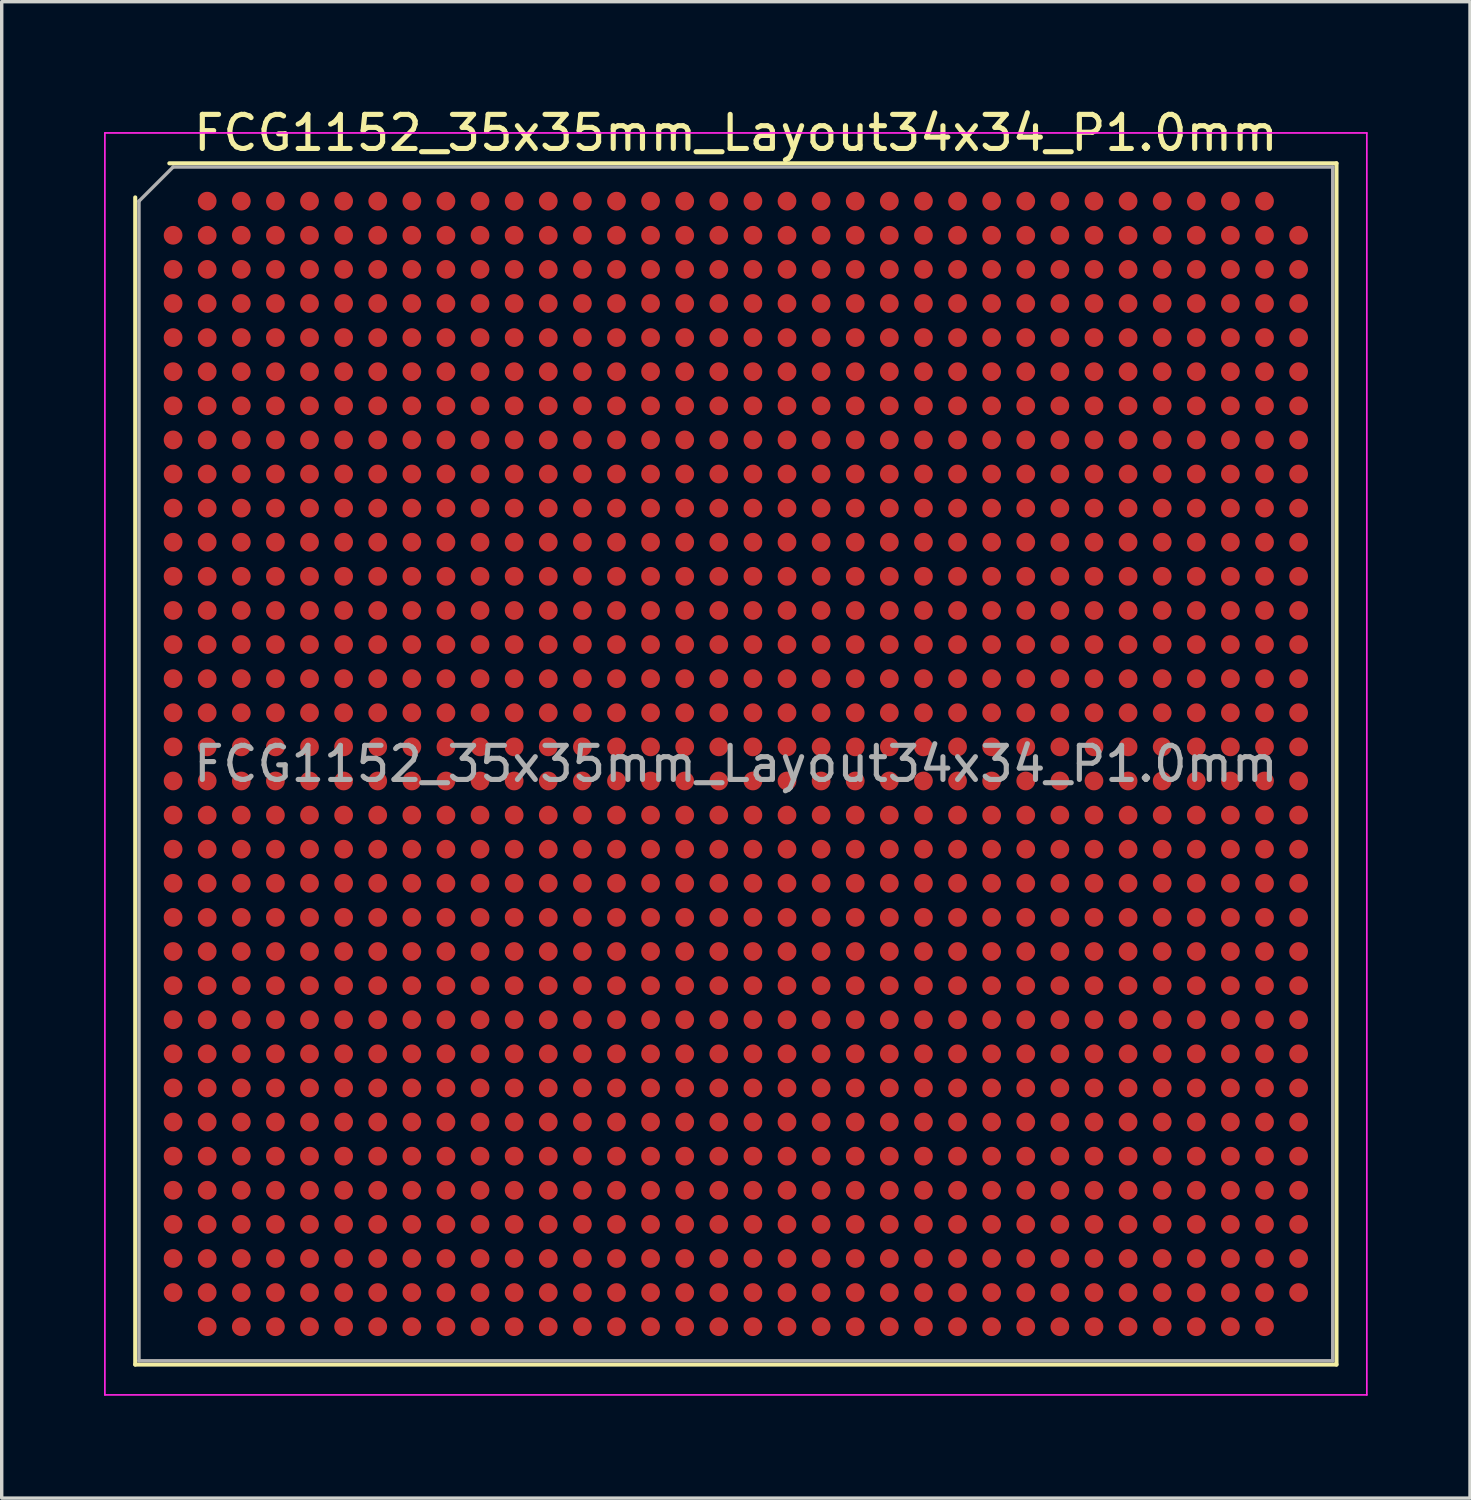
<source format=kicad_pcb>
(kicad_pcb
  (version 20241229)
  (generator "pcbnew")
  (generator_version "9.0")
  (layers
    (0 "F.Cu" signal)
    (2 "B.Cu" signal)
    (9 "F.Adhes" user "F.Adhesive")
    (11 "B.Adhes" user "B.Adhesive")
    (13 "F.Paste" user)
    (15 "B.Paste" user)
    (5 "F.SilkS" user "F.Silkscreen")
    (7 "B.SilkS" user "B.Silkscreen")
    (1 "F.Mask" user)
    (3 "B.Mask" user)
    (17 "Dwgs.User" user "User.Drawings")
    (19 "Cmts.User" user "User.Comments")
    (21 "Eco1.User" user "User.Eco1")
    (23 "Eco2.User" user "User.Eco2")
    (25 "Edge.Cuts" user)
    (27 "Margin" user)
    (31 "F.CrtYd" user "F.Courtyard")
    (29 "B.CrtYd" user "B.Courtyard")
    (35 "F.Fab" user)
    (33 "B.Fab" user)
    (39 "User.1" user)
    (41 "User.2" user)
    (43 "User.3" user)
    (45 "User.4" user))
  (footprint "FCG1152_35x35mm_Layout34x34_P1.0mm"
    (layer "F.Cu")
    (at 18.525 19.348)
    (property "Reference" "FCG1152_35x35mm_Layout34x34_P1.0mm" (at 0 -18.5 0) (layer "F.SilkS") (effects (font (size 1 1) (thickness 0.15))))
    (attr smd)
    (fp_line (start -17.61 17.61) (end -17.61 -16.61) (stroke (width 0.12) (type solid)) (layer "F.SilkS"))
    (fp_line (start -16.61 -17.61) (end 17.61 -17.61) (stroke (width 0.12) (type solid)) (layer "F.SilkS"))
    (fp_line (start 17.61 -17.61) (end 17.61 17.61) (stroke (width 0.12) (type solid)) (layer "F.SilkS"))
    (fp_line (start 17.61 17.61) (end -17.61 17.61) (stroke (width 0.12) (type solid)) (layer "F.SilkS"))
    (fp_line (start -18.5 -18.5) (end -18.5 18.5) (stroke (width 0.05) (type solid)) (layer "F.CrtYd"))
    (fp_line (start -18.5 18.5) (end 18.5 18.5) (stroke (width 0.05) (type solid)) (layer "F.CrtYd"))
    (fp_line (start 18.5 -18.5) (end -18.5 -18.5) (stroke (width 0.05) (type solid)) (layer "F.CrtYd"))
    (fp_line (start 18.5 18.5) (end 18.5 -18.5) (stroke (width 0.05) (type solid)) (layer "F.CrtYd"))
    (fp_line (start -17.5 -16.5) (end -16.5 -17.5) (stroke (width 0.1) (type solid)) (layer "F.Fab"))
    (fp_line (start -17.5 17.5) (end -17.5 -16.5) (stroke (width 0.1) (type solid)) (layer "F.Fab"))
    (fp_line (start -16.5 -17.5) (end 17.5 -17.5) (stroke (width 0.1) (type solid)) (layer "F.Fab"))
    (fp_line (start 17.5 -17.5) (end 17.5 17.5) (stroke (width 0.1) (type solid)) (layer "F.Fab"))
    (fp_line (start 17.5 17.5) (end -17.5 17.5) (stroke (width 0.1) (type solid)) (layer "F.Fab"))
    (fp_text user "${REFERENCE}" (at 0 0 0) (layer "F.Fab") (effects (font (size 1 1) (thickness 0.15))))
    (pad "A2" smd circle (at -15.5 -16.5) (size 0.55 0.55) (layers "F.Cu" "F.Mask" "F.Paste"))
    (pad "A3" smd circle (at -14.5 -16.5) (size 0.55 0.55) (layers "F.Cu" "F.Mask" "F.Paste"))
    (pad "A4" smd circle (at -13.5 -16.5) (size 0.55 0.55) (layers "F.Cu" "F.Mask" "F.Paste"))
    (pad "A5" smd circle (at -12.5 -16.5) (size 0.55 0.55) (layers "F.Cu" "F.Mask" "F.Paste"))
    (pad "A6" smd circle (at -11.5 -16.5) (size 0.55 0.55) (layers "F.Cu" "F.Mask" "F.Paste"))
    (pad "A7" smd circle (at -10.5 -16.5) (size 0.55 0.55) (layers "F.Cu" "F.Mask" "F.Paste"))
    (pad "A8" smd circle (at -9.5 -16.5) (size 0.55 0.55) (layers "F.Cu" "F.Mask" "F.Paste"))
    (pad "A9" smd circle (at -8.5 -16.5) (size 0.55 0.55) (layers "F.Cu" "F.Mask" "F.Paste"))
    (pad "A10" smd circle (at -7.5 -16.5) (size 0.55 0.55) (layers "F.Cu" "F.Mask" "F.Paste"))
    (pad "A11" smd circle (at -6.5 -16.5) (size 0.55 0.55) (layers "F.Cu" "F.Mask" "F.Paste"))
    (pad "A12" smd circle (at -5.5 -16.5) (size 0.55 0.55) (layers "F.Cu" "F.Mask" "F.Paste"))
    (pad "A13" smd circle (at -4.5 -16.5) (size 0.55 0.55) (layers "F.Cu" "F.Mask" "F.Paste"))
    (pad "A14" smd circle (at -3.5 -16.5) (size 0.55 0.55) (layers "F.Cu" "F.Mask" "F.Paste"))
    (pad "A15" smd circle (at -2.5 -16.5) (size 0.55 0.55) (layers "F.Cu" "F.Mask" "F.Paste"))
    (pad "A16" smd circle (at -1.5 -16.5) (size 0.55 0.55) (layers "F.Cu" "F.Mask" "F.Paste"))
    (pad "A17" smd circle (at -0.5 -16.5) (size 0.55 0.55) (layers "F.Cu" "F.Mask" "F.Paste"))
    (pad "A18" smd circle (at 0.5 -16.5) (size 0.55 0.55) (layers "F.Cu" "F.Mask" "F.Paste"))
    (pad "A19" smd circle (at 1.5 -16.5) (size 0.55 0.55) (layers "F.Cu" "F.Mask" "F.Paste"))
    (pad "A20" smd circle (at 2.5 -16.5) (size 0.55 0.55) (layers "F.Cu" "F.Mask" "F.Paste"))
    (pad "A21" smd circle (at 3.5 -16.5) (size 0.55 0.55) (layers "F.Cu" "F.Mask" "F.Paste"))
    (pad "A22" smd circle (at 4.5 -16.5) (size 0.55 0.55) (layers "F.Cu" "F.Mask" "F.Paste"))
    (pad "A23" smd circle (at 5.5 -16.5) (size 0.55 0.55) (layers "F.Cu" "F.Mask" "F.Paste"))
    (pad "A24" smd circle (at 6.5 -16.5) (size 0.55 0.55) (layers "F.Cu" "F.Mask" "F.Paste"))
    (pad "A25" smd circle (at 7.5 -16.5) (size 0.55 0.55) (layers "F.Cu" "F.Mask" "F.Paste"))
    (pad "A26" smd circle (at 8.5 -16.5) (size 0.55 0.55) (layers "F.Cu" "F.Mask" "F.Paste"))
    (pad "A27" smd circle (at 9.5 -16.5) (size 0.55 0.55) (layers "F.Cu" "F.Mask" "F.Paste"))
    (pad "A28" smd circle (at 10.5 -16.5) (size 0.55 0.55) (layers "F.Cu" "F.Mask" "F.Paste"))
    (pad "A29" smd circle (at 11.5 -16.5) (size 0.55 0.55) (layers "F.Cu" "F.Mask" "F.Paste"))
    (pad "A30" smd circle (at 12.5 -16.5) (size 0.55 0.55) (layers "F.Cu" "F.Mask" "F.Paste"))
    (pad "A31" smd circle (at 13.5 -16.5) (size 0.55 0.55) (layers "F.Cu" "F.Mask" "F.Paste"))
    (pad "A32" smd circle (at 14.5 -16.5) (size 0.55 0.55) (layers "F.Cu" "F.Mask" "F.Paste"))
    (pad "A33" smd circle (at 15.5 -16.5) (size 0.55 0.55) (layers "F.Cu" "F.Mask" "F.Paste"))
    (pad "AA1" smd circle (at -16.5 3.5) (size 0.55 0.55) (layers "F.Cu" "F.Mask" "F.Paste"))
    (pad "AA2" smd circle (at -15.5 3.5) (size 0.55 0.55) (layers "F.Cu" "F.Mask" "F.Paste"))
    (pad "AA3" smd circle (at -14.5 3.5) (size 0.55 0.55) (layers "F.Cu" "F.Mask" "F.Paste"))
    (pad "AA4" smd circle (at -13.5 3.5) (size 0.55 0.55) (layers "F.Cu" "F.Mask" "F.Paste"))
    (pad "AA5" smd circle (at -12.5 3.5) (size 0.55 0.55) (layers "F.Cu" "F.Mask" "F.Paste"))
    (pad "AA6" smd circle (at -11.5 3.5) (size 0.55 0.55) (layers "F.Cu" "F.Mask" "F.Paste"))
    (pad "AA7" smd circle (at -10.5 3.5) (size 0.55 0.55) (layers "F.Cu" "F.Mask" "F.Paste"))
    (pad "AA8" smd circle (at -9.5 3.5) (size 0.55 0.55) (layers "F.Cu" "F.Mask" "F.Paste"))
    (pad "AA9" smd circle (at -8.5 3.5) (size 0.55 0.55) (layers "F.Cu" "F.Mask" "F.Paste"))
    (pad "AA10" smd circle (at -7.5 3.5) (size 0.55 0.55) (layers "F.Cu" "F.Mask" "F.Paste"))
    (pad "AA11" smd circle (at -6.5 3.5) (size 0.55 0.55) (layers "F.Cu" "F.Mask" "F.Paste"))
    (pad "AA12" smd circle (at -5.5 3.5) (size 0.55 0.55) (layers "F.Cu" "F.Mask" "F.Paste"))
    (pad "AA13" smd circle (at -4.5 3.5) (size 0.55 0.55) (layers "F.Cu" "F.Mask" "F.Paste"))
    (pad "AA14" smd circle (at -3.5 3.5) (size 0.55 0.55) (layers "F.Cu" "F.Mask" "F.Paste"))
    (pad "AA15" smd circle (at -2.5 3.5) (size 0.55 0.55) (layers "F.Cu" "F.Mask" "F.Paste"))
    (pad "AA16" smd circle (at -1.5 3.5) (size 0.55 0.55) (layers "F.Cu" "F.Mask" "F.Paste"))
    (pad "AA17" smd circle (at -0.5 3.5) (size 0.55 0.55) (layers "F.Cu" "F.Mask" "F.Paste"))
    (pad "AA18" smd circle (at 0.5 3.5) (size 0.55 0.55) (layers "F.Cu" "F.Mask" "F.Paste"))
    (pad "AA19" smd circle (at 1.5 3.5) (size 0.55 0.55) (layers "F.Cu" "F.Mask" "F.Paste"))
    (pad "AA20" smd circle (at 2.5 3.5) (size 0.55 0.55) (layers "F.Cu" "F.Mask" "F.Paste"))
    (pad "AA21" smd circle (at 3.5 3.5) (size 0.55 0.55) (layers "F.Cu" "F.Mask" "F.Paste"))
    (pad "AA22" smd circle (at 4.5 3.5) (size 0.55 0.55) (layers "F.Cu" "F.Mask" "F.Paste"))
    (pad "AA23" smd circle (at 5.5 3.5) (size 0.55 0.55) (layers "F.Cu" "F.Mask" "F.Paste"))
    (pad "AA24" smd circle (at 6.5 3.5) (size 0.55 0.55) (layers "F.Cu" "F.Mask" "F.Paste"))
    (pad "AA25" smd circle (at 7.5 3.5) (size 0.55 0.55) (layers "F.Cu" "F.Mask" "F.Paste"))
    (pad "AA26" smd circle (at 8.5 3.5) (size 0.55 0.55) (layers "F.Cu" "F.Mask" "F.Paste"))
    (pad "AA27" smd circle (at 9.5 3.5) (size 0.55 0.55) (layers "F.Cu" "F.Mask" "F.Paste"))
    (pad "AA28" smd circle (at 10.5 3.5) (size 0.55 0.55) (layers "F.Cu" "F.Mask" "F.Paste"))
    (pad "AA29" smd circle (at 11.5 3.5) (size 0.55 0.55) (layers "F.Cu" "F.Mask" "F.Paste"))
    (pad "AA30" smd circle (at 12.5 3.5) (size 0.55 0.55) (layers "F.Cu" "F.Mask" "F.Paste"))
    (pad "AA31" smd circle (at 13.5 3.5) (size 0.55 0.55) (layers "F.Cu" "F.Mask" "F.Paste"))
    (pad "AA32" smd circle (at 14.5 3.5) (size 0.55 0.55) (layers "F.Cu" "F.Mask" "F.Paste"))
    (pad "AA33" smd circle (at 15.5 3.5) (size 0.55 0.55) (layers "F.Cu" "F.Mask" "F.Paste"))
    (pad "AA34" smd circle (at 16.5 3.5) (size 0.55 0.55) (layers "F.Cu" "F.Mask" "F.Paste"))
    (pad "AB1" smd circle (at -16.5 4.5) (size 0.55 0.55) (layers "F.Cu" "F.Mask" "F.Paste"))
    (pad "AB2" smd circle (at -15.5 4.5) (size 0.55 0.55) (layers "F.Cu" "F.Mask" "F.Paste"))
    (pad "AB3" smd circle (at -14.5 4.5) (size 0.55 0.55) (layers "F.Cu" "F.Mask" "F.Paste"))
    (pad "AB4" smd circle (at -13.5 4.5) (size 0.55 0.55) (layers "F.Cu" "F.Mask" "F.Paste"))
    (pad "AB5" smd circle (at -12.5 4.5) (size 0.55 0.55) (layers "F.Cu" "F.Mask" "F.Paste"))
    (pad "AB6" smd circle (at -11.5 4.5) (size 0.55 0.55) (layers "F.Cu" "F.Mask" "F.Paste"))
    (pad "AB7" smd circle (at -10.5 4.5) (size 0.55 0.55) (layers "F.Cu" "F.Mask" "F.Paste"))
    (pad "AB8" smd circle (at -9.5 4.5) (size 0.55 0.55) (layers "F.Cu" "F.Mask" "F.Paste"))
    (pad "AB9" smd circle (at -8.5 4.5) (size 0.55 0.55) (layers "F.Cu" "F.Mask" "F.Paste"))
    (pad "AB10" smd circle (at -7.5 4.5) (size 0.55 0.55) (layers "F.Cu" "F.Mask" "F.Paste"))
    (pad "AB11" smd circle (at -6.5 4.5) (size 0.55 0.55) (layers "F.Cu" "F.Mask" "F.Paste"))
    (pad "AB12" smd circle (at -5.5 4.5) (size 0.55 0.55) (layers "F.Cu" "F.Mask" "F.Paste"))
    (pad "AB13" smd circle (at -4.5 4.5) (size 0.55 0.55) (layers "F.Cu" "F.Mask" "F.Paste"))
    (pad "AB14" smd circle (at -3.5 4.5) (size 0.55 0.55) (layers "F.Cu" "F.Mask" "F.Paste"))
    (pad "AB15" smd circle (at -2.5 4.5) (size 0.55 0.55) (layers "F.Cu" "F.Mask" "F.Paste"))
    (pad "AB16" smd circle (at -1.5 4.5) (size 0.55 0.55) (layers "F.Cu" "F.Mask" "F.Paste"))
    (pad "AB17" smd circle (at -0.5 4.5) (size 0.55 0.55) (layers "F.Cu" "F.Mask" "F.Paste"))
    (pad "AB18" smd circle (at 0.5 4.5) (size 0.55 0.55) (layers "F.Cu" "F.Mask" "F.Paste"))
    (pad "AB19" smd circle (at 1.5 4.5) (size 0.55 0.55) (layers "F.Cu" "F.Mask" "F.Paste"))
    (pad "AB20" smd circle (at 2.5 4.5) (size 0.55 0.55) (layers "F.Cu" "F.Mask" "F.Paste"))
    (pad "AB21" smd circle (at 3.5 4.5) (size 0.55 0.55) (layers "F.Cu" "F.Mask" "F.Paste"))
    (pad "AB22" smd circle (at 4.5 4.5) (size 0.55 0.55) (layers "F.Cu" "F.Mask" "F.Paste"))
    (pad "AB23" smd circle (at 5.5 4.5) (size 0.55 0.55) (layers "F.Cu" "F.Mask" "F.Paste"))
    (pad "AB24" smd circle (at 6.5 4.5) (size 0.55 0.55) (layers "F.Cu" "F.Mask" "F.Paste"))
    (pad "AB25" smd circle (at 7.5 4.5) (size 0.55 0.55) (layers "F.Cu" "F.Mask" "F.Paste"))
    (pad "AB26" smd circle (at 8.5 4.5) (size 0.55 0.55) (layers "F.Cu" "F.Mask" "F.Paste"))
    (pad "AB27" smd circle (at 9.5 4.5) (size 0.55 0.55) (layers "F.Cu" "F.Mask" "F.Paste"))
    (pad "AB28" smd circle (at 10.5 4.5) (size 0.55 0.55) (layers "F.Cu" "F.Mask" "F.Paste"))
    (pad "AB29" smd circle (at 11.5 4.5) (size 0.55 0.55) (layers "F.Cu" "F.Mask" "F.Paste"))
    (pad "AB30" smd circle (at 12.5 4.5) (size 0.55 0.55) (layers "F.Cu" "F.Mask" "F.Paste"))
    (pad "AB31" smd circle (at 13.5 4.5) (size 0.55 0.55) (layers "F.Cu" "F.Mask" "F.Paste"))
    (pad "AB32" smd circle (at 14.5 4.5) (size 0.55 0.55) (layers "F.Cu" "F.Mask" "F.Paste"))
    (pad "AB33" smd circle (at 15.5 4.5) (size 0.55 0.55) (layers "F.Cu" "F.Mask" "F.Paste"))
    (pad "AB34" smd circle (at 16.5 4.5) (size 0.55 0.55) (layers "F.Cu" "F.Mask" "F.Paste"))
    (pad "AC1" smd circle (at -16.5 5.5) (size 0.55 0.55) (layers "F.Cu" "F.Mask" "F.Paste"))
    (pad "AC2" smd circle (at -15.5 5.5) (size 0.55 0.55) (layers "F.Cu" "F.Mask" "F.Paste"))
    (pad "AC3" smd circle (at -14.5 5.5) (size 0.55 0.55) (layers "F.Cu" "F.Mask" "F.Paste"))
    (pad "AC4" smd circle (at -13.5 5.5) (size 0.55 0.55) (layers "F.Cu" "F.Mask" "F.Paste"))
    (pad "AC5" smd circle (at -12.5 5.5) (size 0.55 0.55) (layers "F.Cu" "F.Mask" "F.Paste"))
    (pad "AC6" smd circle (at -11.5 5.5) (size 0.55 0.55) (layers "F.Cu" "F.Mask" "F.Paste"))
    (pad "AC7" smd circle (at -10.5 5.5) (size 0.55 0.55) (layers "F.Cu" "F.Mask" "F.Paste"))
    (pad "AC8" smd circle (at -9.5 5.5) (size 0.55 0.55) (layers "F.Cu" "F.Mask" "F.Paste"))
    (pad "AC9" smd circle (at -8.5 5.5) (size 0.55 0.55) (layers "F.Cu" "F.Mask" "F.Paste"))
    (pad "AC10" smd circle (at -7.5 5.5) (size 0.55 0.55) (layers "F.Cu" "F.Mask" "F.Paste"))
    (pad "AC11" smd circle (at -6.5 5.5) (size 0.55 0.55) (layers "F.Cu" "F.Mask" "F.Paste"))
    (pad "AC12" smd circle (at -5.5 5.5) (size 0.55 0.55) (layers "F.Cu" "F.Mask" "F.Paste"))
    (pad "AC13" smd circle (at -4.5 5.5) (size 0.55 0.55) (layers "F.Cu" "F.Mask" "F.Paste"))
    (pad "AC14" smd circle (at -3.5 5.5) (size 0.55 0.55) (layers "F.Cu" "F.Mask" "F.Paste"))
    (pad "AC15" smd circle (at -2.5 5.5) (size 0.55 0.55) (layers "F.Cu" "F.Mask" "F.Paste"))
    (pad "AC16" smd circle (at -1.5 5.5) (size 0.55 0.55) (layers "F.Cu" "F.Mask" "F.Paste"))
    (pad "AC17" smd circle (at -0.5 5.5) (size 0.55 0.55) (layers "F.Cu" "F.Mask" "F.Paste"))
    (pad "AC18" smd circle (at 0.5 5.5) (size 0.55 0.55) (layers "F.Cu" "F.Mask" "F.Paste"))
    (pad "AC19" smd circle (at 1.5 5.5) (size 0.55 0.55) (layers "F.Cu" "F.Mask" "F.Paste"))
    (pad "AC20" smd circle (at 2.5 5.5) (size 0.55 0.55) (layers "F.Cu" "F.Mask" "F.Paste"))
    (pad "AC21" smd circle (at 3.5 5.5) (size 0.55 0.55) (layers "F.Cu" "F.Mask" "F.Paste"))
    (pad "AC22" smd circle (at 4.5 5.5) (size 0.55 0.55) (layers "F.Cu" "F.Mask" "F.Paste"))
    (pad "AC23" smd circle (at 5.5 5.5) (size 0.55 0.55) (layers "F.Cu" "F.Mask" "F.Paste"))
    (pad "AC24" smd circle (at 6.5 5.5) (size 0.55 0.55) (layers "F.Cu" "F.Mask" "F.Paste"))
    (pad "AC25" smd circle (at 7.5 5.5) (size 0.55 0.55) (layers "F.Cu" "F.Mask" "F.Paste"))
    (pad "AC26" smd circle (at 8.5 5.5) (size 0.55 0.55) (layers "F.Cu" "F.Mask" "F.Paste"))
    (pad "AC27" smd circle (at 9.5 5.5) (size 0.55 0.55) (layers "F.Cu" "F.Mask" "F.Paste"))
    (pad "AC28" smd circle (at 10.5 5.5) (size 0.55 0.55) (layers "F.Cu" "F.Mask" "F.Paste"))
    (pad "AC29" smd circle (at 11.5 5.5) (size 0.55 0.55) (layers "F.Cu" "F.Mask" "F.Paste"))
    (pad "AC30" smd circle (at 12.5 5.5) (size 0.55 0.55) (layers "F.Cu" "F.Mask" "F.Paste"))
    (pad "AC31" smd circle (at 13.5 5.5) (size 0.55 0.55) (layers "F.Cu" "F.Mask" "F.Paste"))
    (pad "AC32" smd circle (at 14.5 5.5) (size 0.55 0.55) (layers "F.Cu" "F.Mask" "F.Paste"))
    (pad "AC33" smd circle (at 15.5 5.5) (size 0.55 0.55) (layers "F.Cu" "F.Mask" "F.Paste"))
    (pad "AC34" smd circle (at 16.5 5.5) (size 0.55 0.55) (layers "F.Cu" "F.Mask" "F.Paste"))
    (pad "AD1" smd circle (at -16.5 6.5) (size 0.55 0.55) (layers "F.Cu" "F.Mask" "F.Paste"))
    (pad "AD2" smd circle (at -15.5 6.5) (size 0.55 0.55) (layers "F.Cu" "F.Mask" "F.Paste"))
    (pad "AD3" smd circle (at -14.5 6.5) (size 0.55 0.55) (layers "F.Cu" "F.Mask" "F.Paste"))
    (pad "AD4" smd circle (at -13.5 6.5) (size 0.55 0.55) (layers "F.Cu" "F.Mask" "F.Paste"))
    (pad "AD5" smd circle (at -12.5 6.5) (size 0.55 0.55) (layers "F.Cu" "F.Mask" "F.Paste"))
    (pad "AD6" smd circle (at -11.5 6.5) (size 0.55 0.55) (layers "F.Cu" "F.Mask" "F.Paste"))
    (pad "AD7" smd circle (at -10.5 6.5) (size 0.55 0.55) (layers "F.Cu" "F.Mask" "F.Paste"))
    (pad "AD8" smd circle (at -9.5 6.5) (size 0.55 0.55) (layers "F.Cu" "F.Mask" "F.Paste"))
    (pad "AD9" smd circle (at -8.5 6.5) (size 0.55 0.55) (layers "F.Cu" "F.Mask" "F.Paste"))
    (pad "AD10" smd circle (at -7.5 6.5) (size 0.55 0.55) (layers "F.Cu" "F.Mask" "F.Paste"))
    (pad "AD11" smd circle (at -6.5 6.5) (size 0.55 0.55) (layers "F.Cu" "F.Mask" "F.Paste"))
    (pad "AD12" smd circle (at -5.5 6.5) (size 0.55 0.55) (layers "F.Cu" "F.Mask" "F.Paste"))
    (pad "AD13" smd circle (at -4.5 6.5) (size 0.55 0.55) (layers "F.Cu" "F.Mask" "F.Paste"))
    (pad "AD14" smd circle (at -3.5 6.5) (size 0.55 0.55) (layers "F.Cu" "F.Mask" "F.Paste"))
    (pad "AD15" smd circle (at -2.5 6.5) (size 0.55 0.55) (layers "F.Cu" "F.Mask" "F.Paste"))
    (pad "AD16" smd circle (at -1.5 6.5) (size 0.55 0.55) (layers "F.Cu" "F.Mask" "F.Paste"))
    (pad "AD17" smd circle (at -0.5 6.5) (size 0.55 0.55) (layers "F.Cu" "F.Mask" "F.Paste"))
    (pad "AD18" smd circle (at 0.5 6.5) (size 0.55 0.55) (layers "F.Cu" "F.Mask" "F.Paste"))
    (pad "AD19" smd circle (at 1.5 6.5) (size 0.55 0.55) (layers "F.Cu" "F.Mask" "F.Paste"))
    (pad "AD20" smd circle (at 2.5 6.5) (size 0.55 0.55) (layers "F.Cu" "F.Mask" "F.Paste"))
    (pad "AD21" smd circle (at 3.5 6.5) (size 0.55 0.55) (layers "F.Cu" "F.Mask" "F.Paste"))
    (pad "AD22" smd circle (at 4.5 6.5) (size 0.55 0.55) (layers "F.Cu" "F.Mask" "F.Paste"))
    (pad "AD23" smd circle (at 5.5 6.5) (size 0.55 0.55) (layers "F.Cu" "F.Mask" "F.Paste"))
    (pad "AD24" smd circle (at 6.5 6.5) (size 0.55 0.55) (layers "F.Cu" "F.Mask" "F.Paste"))
    (pad "AD25" smd circle (at 7.5 6.5) (size 0.55 0.55) (layers "F.Cu" "F.Mask" "F.Paste"))
    (pad "AD26" smd circle (at 8.5 6.5) (size 0.55 0.55) (layers "F.Cu" "F.Mask" "F.Paste"))
    (pad "AD27" smd circle (at 9.5 6.5) (size 0.55 0.55) (layers "F.Cu" "F.Mask" "F.Paste"))
    (pad "AD28" smd circle (at 10.5 6.5) (size 0.55 0.55) (layers "F.Cu" "F.Mask" "F.Paste"))
    (pad "AD29" smd circle (at 11.5 6.5) (size 0.55 0.55) (layers "F.Cu" "F.Mask" "F.Paste"))
    (pad "AD30" smd circle (at 12.5 6.5) (size 0.55 0.55) (layers "F.Cu" "F.Mask" "F.Paste"))
    (pad "AD31" smd circle (at 13.5 6.5) (size 0.55 0.55) (layers "F.Cu" "F.Mask" "F.Paste"))
    (pad "AD32" smd circle (at 14.5 6.5) (size 0.55 0.55) (layers "F.Cu" "F.Mask" "F.Paste"))
    (pad "AD33" smd circle (at 15.5 6.5) (size 0.55 0.55) (layers "F.Cu" "F.Mask" "F.Paste"))
    (pad "AD34" smd circle (at 16.5 6.5) (size 0.55 0.55) (layers "F.Cu" "F.Mask" "F.Paste"))
    (pad "AE1" smd circle (at -16.5 7.5) (size 0.55 0.55) (layers "F.Cu" "F.Mask" "F.Paste"))
    (pad "AE2" smd circle (at -15.5 7.5) (size 0.55 0.55) (layers "F.Cu" "F.Mask" "F.Paste"))
    (pad "AE3" smd circle (at -14.5 7.5) (size 0.55 0.55) (layers "F.Cu" "F.Mask" "F.Paste"))
    (pad "AE4" smd circle (at -13.5 7.5) (size 0.55 0.55) (layers "F.Cu" "F.Mask" "F.Paste"))
    (pad "AE5" smd circle (at -12.5 7.5) (size 0.55 0.55) (layers "F.Cu" "F.Mask" "F.Paste"))
    (pad "AE6" smd circle (at -11.5 7.5) (size 0.55 0.55) (layers "F.Cu" "F.Mask" "F.Paste"))
    (pad "AE7" smd circle (at -10.5 7.5) (size 0.55 0.55) (layers "F.Cu" "F.Mask" "F.Paste"))
    (pad "AE8" smd circle (at -9.5 7.5) (size 0.55 0.55) (layers "F.Cu" "F.Mask" "F.Paste"))
    (pad "AE9" smd circle (at -8.5 7.5) (size 0.55 0.55) (layers "F.Cu" "F.Mask" "F.Paste"))
    (pad "AE10" smd circle (at -7.5 7.5) (size 0.55 0.55) (layers "F.Cu" "F.Mask" "F.Paste"))
    (pad "AE11" smd circle (at -6.5 7.5) (size 0.55 0.55) (layers "F.Cu" "F.Mask" "F.Paste"))
    (pad "AE12" smd circle (at -5.5 7.5) (size 0.55 0.55) (layers "F.Cu" "F.Mask" "F.Paste"))
    (pad "AE13" smd circle (at -4.5 7.5) (size 0.55 0.55) (layers "F.Cu" "F.Mask" "F.Paste"))
    (pad "AE14" smd circle (at -3.5 7.5) (size 0.55 0.55) (layers "F.Cu" "F.Mask" "F.Paste"))
    (pad "AE15" smd circle (at -2.5 7.5) (size 0.55 0.55) (layers "F.Cu" "F.Mask" "F.Paste"))
    (pad "AE16" smd circle (at -1.5 7.5) (size 0.55 0.55) (layers "F.Cu" "F.Mask" "F.Paste"))
    (pad "AE17" smd circle (at -0.5 7.5) (size 0.55 0.55) (layers "F.Cu" "F.Mask" "F.Paste"))
    (pad "AE18" smd circle (at 0.5 7.5) (size 0.55 0.55) (layers "F.Cu" "F.Mask" "F.Paste"))
    (pad "AE19" smd circle (at 1.5 7.5) (size 0.55 0.55) (layers "F.Cu" "F.Mask" "F.Paste"))
    (pad "AE20" smd circle (at 2.5 7.5) (size 0.55 0.55) (layers "F.Cu" "F.Mask" "F.Paste"))
    (pad "AE21" smd circle (at 3.5 7.5) (size 0.55 0.55) (layers "F.Cu" "F.Mask" "F.Paste"))
    (pad "AE22" smd circle (at 4.5 7.5) (size 0.55 0.55) (layers "F.Cu" "F.Mask" "F.Paste"))
    (pad "AE23" smd circle (at 5.5 7.5) (size 0.55 0.55) (layers "F.Cu" "F.Mask" "F.Paste"))
    (pad "AE24" smd circle (at 6.5 7.5) (size 0.55 0.55) (layers "F.Cu" "F.Mask" "F.Paste"))
    (pad "AE25" smd circle (at 7.5 7.5) (size 0.55 0.55) (layers "F.Cu" "F.Mask" "F.Paste"))
    (pad "AE26" smd circle (at 8.5 7.5) (size 0.55 0.55) (layers "F.Cu" "F.Mask" "F.Paste"))
    (pad "AE27" smd circle (at 9.5 7.5) (size 0.55 0.55) (layers "F.Cu" "F.Mask" "F.Paste"))
    (pad "AE28" smd circle (at 10.5 7.5) (size 0.55 0.55) (layers "F.Cu" "F.Mask" "F.Paste"))
    (pad "AE29" smd circle (at 11.5 7.5) (size 0.55 0.55) (layers "F.Cu" "F.Mask" "F.Paste"))
    (pad "AE30" smd circle (at 12.5 7.5) (size 0.55 0.55) (layers "F.Cu" "F.Mask" "F.Paste"))
    (pad "AE31" smd circle (at 13.5 7.5) (size 0.55 0.55) (layers "F.Cu" "F.Mask" "F.Paste"))
    (pad "AE32" smd circle (at 14.5 7.5) (size 0.55 0.55) (layers "F.Cu" "F.Mask" "F.Paste"))
    (pad "AE33" smd circle (at 15.5 7.5) (size 0.55 0.55) (layers "F.Cu" "F.Mask" "F.Paste"))
    (pad "AE34" smd circle (at 16.5 7.5) (size 0.55 0.55) (layers "F.Cu" "F.Mask" "F.Paste"))
    (pad "AF1" smd circle (at -16.5 8.5) (size 0.55 0.55) (layers "F.Cu" "F.Mask" "F.Paste"))
    (pad "AF2" smd circle (at -15.5 8.5) (size 0.55 0.55) (layers "F.Cu" "F.Mask" "F.Paste"))
    (pad "AF3" smd circle (at -14.5 8.5) (size 0.55 0.55) (layers "F.Cu" "F.Mask" "F.Paste"))
    (pad "AF4" smd circle (at -13.5 8.5) (size 0.55 0.55) (layers "F.Cu" "F.Mask" "F.Paste"))
    (pad "AF5" smd circle (at -12.5 8.5) (size 0.55 0.55) (layers "F.Cu" "F.Mask" "F.Paste"))
    (pad "AF6" smd circle (at -11.5 8.5) (size 0.55 0.55) (layers "F.Cu" "F.Mask" "F.Paste"))
    (pad "AF7" smd circle (at -10.5 8.5) (size 0.55 0.55) (layers "F.Cu" "F.Mask" "F.Paste"))
    (pad "AF8" smd circle (at -9.5 8.5) (size 0.55 0.55) (layers "F.Cu" "F.Mask" "F.Paste"))
    (pad "AF9" smd circle (at -8.5 8.5) (size 0.55 0.55) (layers "F.Cu" "F.Mask" "F.Paste"))
    (pad "AF10" smd circle (at -7.5 8.5) (size 0.55 0.55) (layers "F.Cu" "F.Mask" "F.Paste"))
    (pad "AF11" smd circle (at -6.5 8.5) (size 0.55 0.55) (layers "F.Cu" "F.Mask" "F.Paste"))
    (pad "AF12" smd circle (at -5.5 8.5) (size 0.55 0.55) (layers "F.Cu" "F.Mask" "F.Paste"))
    (pad "AF13" smd circle (at -4.5 8.5) (size 0.55 0.55) (layers "F.Cu" "F.Mask" "F.Paste"))
    (pad "AF14" smd circle (at -3.5 8.5) (size 0.55 0.55) (layers "F.Cu" "F.Mask" "F.Paste"))
    (pad "AF15" smd circle (at -2.5 8.5) (size 0.55 0.55) (layers "F.Cu" "F.Mask" "F.Paste"))
    (pad "AF16" smd circle (at -1.5 8.5) (size 0.55 0.55) (layers "F.Cu" "F.Mask" "F.Paste"))
    (pad "AF17" smd circle (at -0.5 8.5) (size 0.55 0.55) (layers "F.Cu" "F.Mask" "F.Paste"))
    (pad "AF18" smd circle (at 0.5 8.5) (size 0.55 0.55) (layers "F.Cu" "F.Mask" "F.Paste"))
    (pad "AF19" smd circle (at 1.5 8.5) (size 0.55 0.55) (layers "F.Cu" "F.Mask" "F.Paste"))
    (pad "AF20" smd circle (at 2.5 8.5) (size 0.55 0.55) (layers "F.Cu" "F.Mask" "F.Paste"))
    (pad "AF21" smd circle (at 3.5 8.5) (size 0.55 0.55) (layers "F.Cu" "F.Mask" "F.Paste"))
    (pad "AF22" smd circle (at 4.5 8.5) (size 0.55 0.55) (layers "F.Cu" "F.Mask" "F.Paste"))
    (pad "AF23" smd circle (at 5.5 8.5) (size 0.55 0.55) (layers "F.Cu" "F.Mask" "F.Paste"))
    (pad "AF24" smd circle (at 6.5 8.5) (size 0.55 0.55) (layers "F.Cu" "F.Mask" "F.Paste"))
    (pad "AF25" smd circle (at 7.5 8.5) (size 0.55 0.55) (layers "F.Cu" "F.Mask" "F.Paste"))
    (pad "AF26" smd circle (at 8.5 8.5) (size 0.55 0.55) (layers "F.Cu" "F.Mask" "F.Paste"))
    (pad "AF27" smd circle (at 9.5 8.5) (size 0.55 0.55) (layers "F.Cu" "F.Mask" "F.Paste"))
    (pad "AF28" smd circle (at 10.5 8.5) (size 0.55 0.55) (layers "F.Cu" "F.Mask" "F.Paste"))
    (pad "AF29" smd circle (at 11.5 8.5) (size 0.55 0.55) (layers "F.Cu" "F.Mask" "F.Paste"))
    (pad "AF30" smd circle (at 12.5 8.5) (size 0.55 0.55) (layers "F.Cu" "F.Mask" "F.Paste"))
    (pad "AF31" smd circle (at 13.5 8.5) (size 0.55 0.55) (layers "F.Cu" "F.Mask" "F.Paste"))
    (pad "AF32" smd circle (at 14.5 8.5) (size 0.55 0.55) (layers "F.Cu" "F.Mask" "F.Paste"))
    (pad "AF33" smd circle (at 15.5 8.5) (size 0.55 0.55) (layers "F.Cu" "F.Mask" "F.Paste"))
    (pad "AF34" smd circle (at 16.5 8.5) (size 0.55 0.55) (layers "F.Cu" "F.Mask" "F.Paste"))
    (pad "AG1" smd circle (at -16.5 9.5) (size 0.55 0.55) (layers "F.Cu" "F.Mask" "F.Paste"))
    (pad "AG2" smd circle (at -15.5 9.5) (size 0.55 0.55) (layers "F.Cu" "F.Mask" "F.Paste"))
    (pad "AG3" smd circle (at -14.5 9.5) (size 0.55 0.55) (layers "F.Cu" "F.Mask" "F.Paste"))
    (pad "AG4" smd circle (at -13.5 9.5) (size 0.55 0.55) (layers "F.Cu" "F.Mask" "F.Paste"))
    (pad "AG5" smd circle (at -12.5 9.5) (size 0.55 0.55) (layers "F.Cu" "F.Mask" "F.Paste"))
    (pad "AG6" smd circle (at -11.5 9.5) (size 0.55 0.55) (layers "F.Cu" "F.Mask" "F.Paste"))
    (pad "AG7" smd circle (at -10.5 9.5) (size 0.55 0.55) (layers "F.Cu" "F.Mask" "F.Paste"))
    (pad "AG8" smd circle (at -9.5 9.5) (size 0.55 0.55) (layers "F.Cu" "F.Mask" "F.Paste"))
    (pad "AG9" smd circle (at -8.5 9.5) (size 0.55 0.55) (layers "F.Cu" "F.Mask" "F.Paste"))
    (pad "AG10" smd circle (at -7.5 9.5) (size 0.55 0.55) (layers "F.Cu" "F.Mask" "F.Paste"))
    (pad "AG11" smd circle (at -6.5 9.5) (size 0.55 0.55) (layers "F.Cu" "F.Mask" "F.Paste"))
    (pad "AG12" smd circle (at -5.5 9.5) (size 0.55 0.55) (layers "F.Cu" "F.Mask" "F.Paste"))
    (pad "AG13" smd circle (at -4.5 9.5) (size 0.55 0.55) (layers "F.Cu" "F.Mask" "F.Paste"))
    (pad "AG14" smd circle (at -3.5 9.5) (size 0.55 0.55) (layers "F.Cu" "F.Mask" "F.Paste"))
    (pad "AG15" smd circle (at -2.5 9.5) (size 0.55 0.55) (layers "F.Cu" "F.Mask" "F.Paste"))
    (pad "AG16" smd circle (at -1.5 9.5) (size 0.55 0.55) (layers "F.Cu" "F.Mask" "F.Paste"))
    (pad "AG17" smd circle (at -0.5 9.5) (size 0.55 0.55) (layers "F.Cu" "F.Mask" "F.Paste"))
    (pad "AG18" smd circle (at 0.5 9.5) (size 0.55 0.55) (layers "F.Cu" "F.Mask" "F.Paste"))
    (pad "AG19" smd circle (at 1.5 9.5) (size 0.55 0.55) (layers "F.Cu" "F.Mask" "F.Paste"))
    (pad "AG20" smd circle (at 2.5 9.5) (size 0.55 0.55) (layers "F.Cu" "F.Mask" "F.Paste"))
    (pad "AG21" smd circle (at 3.5 9.5) (size 0.55 0.55) (layers "F.Cu" "F.Mask" "F.Paste"))
    (pad "AG22" smd circle (at 4.5 9.5) (size 0.55 0.55) (layers "F.Cu" "F.Mask" "F.Paste"))
    (pad "AG23" smd circle (at 5.5 9.5) (size 0.55 0.55) (layers "F.Cu" "F.Mask" "F.Paste"))
    (pad "AG24" smd circle (at 6.5 9.5) (size 0.55 0.55) (layers "F.Cu" "F.Mask" "F.Paste"))
    (pad "AG25" smd circle (at 7.5 9.5) (size 0.55 0.55) (layers "F.Cu" "F.Mask" "F.Paste"))
    (pad "AG26" smd circle (at 8.5 9.5) (size 0.55 0.55) (layers "F.Cu" "F.Mask" "F.Paste"))
    (pad "AG27" smd circle (at 9.5 9.5) (size 0.55 0.55) (layers "F.Cu" "F.Mask" "F.Paste"))
    (pad "AG28" smd circle (at 10.5 9.5) (size 0.55 0.55) (layers "F.Cu" "F.Mask" "F.Paste"))
    (pad "AG29" smd circle (at 11.5 9.5) (size 0.55 0.55) (layers "F.Cu" "F.Mask" "F.Paste"))
    (pad "AG30" smd circle (at 12.5 9.5) (size 0.55 0.55) (layers "F.Cu" "F.Mask" "F.Paste"))
    (pad "AG31" smd circle (at 13.5 9.5) (size 0.55 0.55) (layers "F.Cu" "F.Mask" "F.Paste"))
    (pad "AG32" smd circle (at 14.5 9.5) (size 0.55 0.55) (layers "F.Cu" "F.Mask" "F.Paste"))
    (pad "AG33" smd circle (at 15.5 9.5) (size 0.55 0.55) (layers "F.Cu" "F.Mask" "F.Paste"))
    (pad "AG34" smd circle (at 16.5 9.5) (size 0.55 0.55) (layers "F.Cu" "F.Mask" "F.Paste"))
    (pad "AH1" smd circle (at -16.5 10.5) (size 0.55 0.55) (layers "F.Cu" "F.Mask" "F.Paste"))
    (pad "AH2" smd circle (at -15.5 10.5) (size 0.55 0.55) (layers "F.Cu" "F.Mask" "F.Paste"))
    (pad "AH3" smd circle (at -14.5 10.5) (size 0.55 0.55) (layers "F.Cu" "F.Mask" "F.Paste"))
    (pad "AH4" smd circle (at -13.5 10.5) (size 0.55 0.55) (layers "F.Cu" "F.Mask" "F.Paste"))
    (pad "AH5" smd circle (at -12.5 10.5) (size 0.55 0.55) (layers "F.Cu" "F.Mask" "F.Paste"))
    (pad "AH6" smd circle (at -11.5 10.5) (size 0.55 0.55) (layers "F.Cu" "F.Mask" "F.Paste"))
    (pad "AH7" smd circle (at -10.5 10.5) (size 0.55 0.55) (layers "F.Cu" "F.Mask" "F.Paste"))
    (pad "AH8" smd circle (at -9.5 10.5) (size 0.55 0.55) (layers "F.Cu" "F.Mask" "F.Paste"))
    (pad "AH9" smd circle (at -8.5 10.5) (size 0.55 0.55) (layers "F.Cu" "F.Mask" "F.Paste"))
    (pad "AH10" smd circle (at -7.5 10.5) (size 0.55 0.55) (layers "F.Cu" "F.Mask" "F.Paste"))
    (pad "AH11" smd circle (at -6.5 10.5) (size 0.55 0.55) (layers "F.Cu" "F.Mask" "F.Paste"))
    (pad "AH12" smd circle (at -5.5 10.5) (size 0.55 0.55) (layers "F.Cu" "F.Mask" "F.Paste"))
    (pad "AH13" smd circle (at -4.5 10.5) (size 0.55 0.55) (layers "F.Cu" "F.Mask" "F.Paste"))
    (pad "AH14" smd circle (at -3.5 10.5) (size 0.55 0.55) (layers "F.Cu" "F.Mask" "F.Paste"))
    (pad "AH15" smd circle (at -2.5 10.5) (size 0.55 0.55) (layers "F.Cu" "F.Mask" "F.Paste"))
    (pad "AH16" smd circle (at -1.5 10.5) (size 0.55 0.55) (layers "F.Cu" "F.Mask" "F.Paste"))
    (pad "AH17" smd circle (at -0.5 10.5) (size 0.55 0.55) (layers "F.Cu" "F.Mask" "F.Paste"))
    (pad "AH18" smd circle (at 0.5 10.5) (size 0.55 0.55) (layers "F.Cu" "F.Mask" "F.Paste"))
    (pad "AH19" smd circle (at 1.5 10.5) (size 0.55 0.55) (layers "F.Cu" "F.Mask" "F.Paste"))
    (pad "AH20" smd circle (at 2.5 10.5) (size 0.55 0.55) (layers "F.Cu" "F.Mask" "F.Paste"))
    (pad "AH21" smd circle (at 3.5 10.5) (size 0.55 0.55) (layers "F.Cu" "F.Mask" "F.Paste"))
    (pad "AH22" smd circle (at 4.5 10.5) (size 0.55 0.55) (layers "F.Cu" "F.Mask" "F.Paste"))
    (pad "AH23" smd circle (at 5.5 10.5) (size 0.55 0.55) (layers "F.Cu" "F.Mask" "F.Paste"))
    (pad "AH24" smd circle (at 6.5 10.5) (size 0.55 0.55) (layers "F.Cu" "F.Mask" "F.Paste"))
    (pad "AH25" smd circle (at 7.5 10.5) (size 0.55 0.55) (layers "F.Cu" "F.Mask" "F.Paste"))
    (pad "AH26" smd circle (at 8.5 10.5) (size 0.55 0.55) (layers "F.Cu" "F.Mask" "F.Paste"))
    (pad "AH27" smd circle (at 9.5 10.5) (size 0.55 0.55) (layers "F.Cu" "F.Mask" "F.Paste"))
    (pad "AH28" smd circle (at 10.5 10.5) (size 0.55 0.55) (layers "F.Cu" "F.Mask" "F.Paste"))
    (pad "AH29" smd circle (at 11.5 10.5) (size 0.55 0.55) (layers "F.Cu" "F.Mask" "F.Paste"))
    (pad "AH30" smd circle (at 12.5 10.5) (size 0.55 0.55) (layers "F.Cu" "F.Mask" "F.Paste"))
    (pad "AH31" smd circle (at 13.5 10.5) (size 0.55 0.55) (layers "F.Cu" "F.Mask" "F.Paste"))
    (pad "AH32" smd circle (at 14.5 10.5) (size 0.55 0.55) (layers "F.Cu" "F.Mask" "F.Paste"))
    (pad "AH33" smd circle (at 15.5 10.5) (size 0.55 0.55) (layers "F.Cu" "F.Mask" "F.Paste"))
    (pad "AH34" smd circle (at 16.5 10.5) (size 0.55 0.55) (layers "F.Cu" "F.Mask" "F.Paste"))
    (pad "AJ1" smd circle (at -16.5 11.5) (size 0.55 0.55) (layers "F.Cu" "F.Mask" "F.Paste"))
    (pad "AJ2" smd circle (at -15.5 11.5) (size 0.55 0.55) (layers "F.Cu" "F.Mask" "F.Paste"))
    (pad "AJ3" smd circle (at -14.5 11.5) (size 0.55 0.55) (layers "F.Cu" "F.Mask" "F.Paste"))
    (pad "AJ4" smd circle (at -13.5 11.5) (size 0.55 0.55) (layers "F.Cu" "F.Mask" "F.Paste"))
    (pad "AJ5" smd circle (at -12.5 11.5) (size 0.55 0.55) (layers "F.Cu" "F.Mask" "F.Paste"))
    (pad "AJ6" smd circle (at -11.5 11.5) (size 0.55 0.55) (layers "F.Cu" "F.Mask" "F.Paste"))
    (pad "AJ7" smd circle (at -10.5 11.5) (size 0.55 0.55) (layers "F.Cu" "F.Mask" "F.Paste"))
    (pad "AJ8" smd circle (at -9.5 11.5) (size 0.55 0.55) (layers "F.Cu" "F.Mask" "F.Paste"))
    (pad "AJ9" smd circle (at -8.5 11.5) (size 0.55 0.55) (layers "F.Cu" "F.Mask" "F.Paste"))
    (pad "AJ10" smd circle (at -7.5 11.5) (size 0.55 0.55) (layers "F.Cu" "F.Mask" "F.Paste"))
    (pad "AJ11" smd circle (at -6.5 11.5) (size 0.55 0.55) (layers "F.Cu" "F.Mask" "F.Paste"))
    (pad "AJ12" smd circle (at -5.5 11.5) (size 0.55 0.55) (layers "F.Cu" "F.Mask" "F.Paste"))
    (pad "AJ13" smd circle (at -4.5 11.5) (size 0.55 0.55) (layers "F.Cu" "F.Mask" "F.Paste"))
    (pad "AJ14" smd circle (at -3.5 11.5) (size 0.55 0.55) (layers "F.Cu" "F.Mask" "F.Paste"))
    (pad "AJ15" smd circle (at -2.5 11.5) (size 0.55 0.55) (layers "F.Cu" "F.Mask" "F.Paste"))
    (pad "AJ16" smd circle (at -1.5 11.5) (size 0.55 0.55) (layers "F.Cu" "F.Mask" "F.Paste"))
    (pad "AJ17" smd circle (at -0.5 11.5) (size 0.55 0.55) (layers "F.Cu" "F.Mask" "F.Paste"))
    (pad "AJ18" smd circle (at 0.5 11.5) (size 0.55 0.55) (layers "F.Cu" "F.Mask" "F.Paste"))
    (pad "AJ19" smd circle (at 1.5 11.5) (size 0.55 0.55) (layers "F.Cu" "F.Mask" "F.Paste"))
    (pad "AJ20" smd circle (at 2.5 11.5) (size 0.55 0.55) (layers "F.Cu" "F.Mask" "F.Paste"))
    (pad "AJ21" smd circle (at 3.5 11.5) (size 0.55 0.55) (layers "F.Cu" "F.Mask" "F.Paste"))
    (pad "AJ22" smd circle (at 4.5 11.5) (size 0.55 0.55) (layers "F.Cu" "F.Mask" "F.Paste"))
    (pad "AJ23" smd circle (at 5.5 11.5) (size 0.55 0.55) (layers "F.Cu" "F.Mask" "F.Paste"))
    (pad "AJ24" smd circle (at 6.5 11.5) (size 0.55 0.55) (layers "F.Cu" "F.Mask" "F.Paste"))
    (pad "AJ25" smd circle (at 7.5 11.5) (size 0.55 0.55) (layers "F.Cu" "F.Mask" "F.Paste"))
    (pad "AJ26" smd circle (at 8.5 11.5) (size 0.55 0.55) (layers "F.Cu" "F.Mask" "F.Paste"))
    (pad "AJ27" smd circle (at 9.5 11.5) (size 0.55 0.55) (layers "F.Cu" "F.Mask" "F.Paste"))
    (pad "AJ28" smd circle (at 10.5 11.5) (size 0.55 0.55) (layers "F.Cu" "F.Mask" "F.Paste"))
    (pad "AJ29" smd circle (at 11.5 11.5) (size 0.55 0.55) (layers "F.Cu" "F.Mask" "F.Paste"))
    (pad "AJ30" smd circle (at 12.5 11.5) (size 0.55 0.55) (layers "F.Cu" "F.Mask" "F.Paste"))
    (pad "AJ31" smd circle (at 13.5 11.5) (size 0.55 0.55) (layers "F.Cu" "F.Mask" "F.Paste"))
    (pad "AJ32" smd circle (at 14.5 11.5) (size 0.55 0.55) (layers "F.Cu" "F.Mask" "F.Paste"))
    (pad "AJ33" smd circle (at 15.5 11.5) (size 0.55 0.55) (layers "F.Cu" "F.Mask" "F.Paste"))
    (pad "AJ34" smd circle (at 16.5 11.5) (size 0.55 0.55) (layers "F.Cu" "F.Mask" "F.Paste"))
    (pad "AK1" smd circle (at -16.5 12.5) (size 0.55 0.55) (layers "F.Cu" "F.Mask" "F.Paste"))
    (pad "AK2" smd circle (at -15.5 12.5) (size 0.55 0.55) (layers "F.Cu" "F.Mask" "F.Paste"))
    (pad "AK3" smd circle (at -14.5 12.5) (size 0.55 0.55) (layers "F.Cu" "F.Mask" "F.Paste"))
    (pad "AK4" smd circle (at -13.5 12.5) (size 0.55 0.55) (layers "F.Cu" "F.Mask" "F.Paste"))
    (pad "AK5" smd circle (at -12.5 12.5) (size 0.55 0.55) (layers "F.Cu" "F.Mask" "F.Paste"))
    (pad "AK6" smd circle (at -11.5 12.5) (size 0.55 0.55) (layers "F.Cu" "F.Mask" "F.Paste"))
    (pad "AK7" smd circle (at -10.5 12.5) (size 0.55 0.55) (layers "F.Cu" "F.Mask" "F.Paste"))
    (pad "AK8" smd circle (at -9.5 12.5) (size 0.55 0.55) (layers "F.Cu" "F.Mask" "F.Paste"))
    (pad "AK9" smd circle (at -8.5 12.5) (size 0.55 0.55) (layers "F.Cu" "F.Mask" "F.Paste"))
    (pad "AK10" smd circle (at -7.5 12.5) (size 0.55 0.55) (layers "F.Cu" "F.Mask" "F.Paste"))
    (pad "AK11" smd circle (at -6.5 12.5) (size 0.55 0.55) (layers "F.Cu" "F.Mask" "F.Paste"))
    (pad "AK12" smd circle (at -5.5 12.5) (size 0.55 0.55) (layers "F.Cu" "F.Mask" "F.Paste"))
    (pad "AK13" smd circle (at -4.5 12.5) (size 0.55 0.55) (layers "F.Cu" "F.Mask" "F.Paste"))
    (pad "AK14" smd circle (at -3.5 12.5) (size 0.55 0.55) (layers "F.Cu" "F.Mask" "F.Paste"))
    (pad "AK15" smd circle (at -2.5 12.5) (size 0.55 0.55) (layers "F.Cu" "F.Mask" "F.Paste"))
    (pad "AK16" smd circle (at -1.5 12.5) (size 0.55 0.55) (layers "F.Cu" "F.Mask" "F.Paste"))
    (pad "AK17" smd circle (at -0.5 12.5) (size 0.55 0.55) (layers "F.Cu" "F.Mask" "F.Paste"))
    (pad "AK18" smd circle (at 0.5 12.5) (size 0.55 0.55) (layers "F.Cu" "F.Mask" "F.Paste"))
    (pad "AK19" smd circle (at 1.5 12.5) (size 0.55 0.55) (layers "F.Cu" "F.Mask" "F.Paste"))
    (pad "AK20" smd circle (at 2.5 12.5) (size 0.55 0.55) (layers "F.Cu" "F.Mask" "F.Paste"))
    (pad "AK21" smd circle (at 3.5 12.5) (size 0.55 0.55) (layers "F.Cu" "F.Mask" "F.Paste"))
    (pad "AK22" smd circle (at 4.5 12.5) (size 0.55 0.55) (layers "F.Cu" "F.Mask" "F.Paste"))
    (pad "AK23" smd circle (at 5.5 12.5) (size 0.55 0.55) (layers "F.Cu" "F.Mask" "F.Paste"))
    (pad "AK24" smd circle (at 6.5 12.5) (size 0.55 0.55) (layers "F.Cu" "F.Mask" "F.Paste"))
    (pad "AK25" smd circle (at 7.5 12.5) (size 0.55 0.55) (layers "F.Cu" "F.Mask" "F.Paste"))
    (pad "AK26" smd circle (at 8.5 12.5) (size 0.55 0.55) (layers "F.Cu" "F.Mask" "F.Paste"))
    (pad "AK27" smd circle (at 9.5 12.5) (size 0.55 0.55) (layers "F.Cu" "F.Mask" "F.Paste"))
    (pad "AK28" smd circle (at 10.5 12.5) (size 0.55 0.55) (layers "F.Cu" "F.Mask" "F.Paste"))
    (pad "AK29" smd circle (at 11.5 12.5) (size 0.55 0.55) (layers "F.Cu" "F.Mask" "F.Paste"))
    (pad "AK30" smd circle (at 12.5 12.5) (size 0.55 0.55) (layers "F.Cu" "F.Mask" "F.Paste"))
    (pad "AK31" smd circle (at 13.5 12.5) (size 0.55 0.55) (layers "F.Cu" "F.Mask" "F.Paste"))
    (pad "AK32" smd circle (at 14.5 12.5) (size 0.55 0.55) (layers "F.Cu" "F.Mask" "F.Paste"))
    (pad "AK33" smd circle (at 15.5 12.5) (size 0.55 0.55) (layers "F.Cu" "F.Mask" "F.Paste"))
    (pad "AK34" smd circle (at 16.5 12.5) (size 0.55 0.55) (layers "F.Cu" "F.Mask" "F.Paste"))
    (pad "AL1" smd circle (at -16.5 13.5) (size 0.55 0.55) (layers "F.Cu" "F.Mask" "F.Paste"))
    (pad "AL2" smd circle (at -15.5 13.5) (size 0.55 0.55) (layers "F.Cu" "F.Mask" "F.Paste"))
    (pad "AL3" smd circle (at -14.5 13.5) (size 0.55 0.55) (layers "F.Cu" "F.Mask" "F.Paste"))
    (pad "AL4" smd circle (at -13.5 13.5) (size 0.55 0.55) (layers "F.Cu" "F.Mask" "F.Paste"))
    (pad "AL5" smd circle (at -12.5 13.5) (size 0.55 0.55) (layers "F.Cu" "F.Mask" "F.Paste"))
    (pad "AL6" smd circle (at -11.5 13.5) (size 0.55 0.55) (layers "F.Cu" "F.Mask" "F.Paste"))
    (pad "AL7" smd circle (at -10.5 13.5) (size 0.55 0.55) (layers "F.Cu" "F.Mask" "F.Paste"))
    (pad "AL8" smd circle (at -9.5 13.5) (size 0.55 0.55) (layers "F.Cu" "F.Mask" "F.Paste"))
    (pad "AL9" smd circle (at -8.5 13.5) (size 0.55 0.55) (layers "F.Cu" "F.Mask" "F.Paste"))
    (pad "AL10" smd circle (at -7.5 13.5) (size 0.55 0.55) (layers "F.Cu" "F.Mask" "F.Paste"))
    (pad "AL11" smd circle (at -6.5 13.5) (size 0.55 0.55) (layers "F.Cu" "F.Mask" "F.Paste"))
    (pad "AL12" smd circle (at -5.5 13.5) (size 0.55 0.55) (layers "F.Cu" "F.Mask" "F.Paste"))
    (pad "AL13" smd circle (at -4.5 13.5) (size 0.55 0.55) (layers "F.Cu" "F.Mask" "F.Paste"))
    (pad "AL14" smd circle (at -3.5 13.5) (size 0.55 0.55) (layers "F.Cu" "F.Mask" "F.Paste"))
    (pad "AL15" smd circle (at -2.5 13.5) (size 0.55 0.55) (layers "F.Cu" "F.Mask" "F.Paste"))
    (pad "AL16" smd circle (at -1.5 13.5) (size 0.55 0.55) (layers "F.Cu" "F.Mask" "F.Paste"))
    (pad "AL17" smd circle (at -0.5 13.5) (size 0.55 0.55) (layers "F.Cu" "F.Mask" "F.Paste"))
    (pad "AL18" smd circle (at 0.5 13.5) (size 0.55 0.55) (layers "F.Cu" "F.Mask" "F.Paste"))
    (pad "AL19" smd circle (at 1.5 13.5) (size 0.55 0.55) (layers "F.Cu" "F.Mask" "F.Paste"))
    (pad "AL20" smd circle (at 2.5 13.5) (size 0.55 0.55) (layers "F.Cu" "F.Mask" "F.Paste"))
    (pad "AL21" smd circle (at 3.5 13.5) (size 0.55 0.55) (layers "F.Cu" "F.Mask" "F.Paste"))
    (pad "AL22" smd circle (at 4.5 13.5) (size 0.55 0.55) (layers "F.Cu" "F.Mask" "F.Paste"))
    (pad "AL23" smd circle (at 5.5 13.5) (size 0.55 0.55) (layers "F.Cu" "F.Mask" "F.Paste"))
    (pad "AL24" smd circle (at 6.5 13.5) (size 0.55 0.55) (layers "F.Cu" "F.Mask" "F.Paste"))
    (pad "AL25" smd circle (at 7.5 13.5) (size 0.55 0.55) (layers "F.Cu" "F.Mask" "F.Paste"))
    (pad "AL26" smd circle (at 8.5 13.5) (size 0.55 0.55) (layers "F.Cu" "F.Mask" "F.Paste"))
    (pad "AL27" smd circle (at 9.5 13.5) (size 0.55 0.55) (layers "F.Cu" "F.Mask" "F.Paste"))
    (pad "AL28" smd circle (at 10.5 13.5) (size 0.55 0.55) (layers "F.Cu" "F.Mask" "F.Paste"))
    (pad "AL29" smd circle (at 11.5 13.5) (size 0.55 0.55) (layers "F.Cu" "F.Mask" "F.Paste"))
    (pad "AL30" smd circle (at 12.5 13.5) (size 0.55 0.55) (layers "F.Cu" "F.Mask" "F.Paste"))
    (pad "AL31" smd circle (at 13.5 13.5) (size 0.55 0.55) (layers "F.Cu" "F.Mask" "F.Paste"))
    (pad "AL32" smd circle (at 14.5 13.5) (size 0.55 0.55) (layers "F.Cu" "F.Mask" "F.Paste"))
    (pad "AL33" smd circle (at 15.5 13.5) (size 0.55 0.55) (layers "F.Cu" "F.Mask" "F.Paste"))
    (pad "AL34" smd circle (at 16.5 13.5) (size 0.55 0.55) (layers "F.Cu" "F.Mask" "F.Paste"))
    (pad "AM1" smd circle (at -16.5 14.5) (size 0.55 0.55) (layers "F.Cu" "F.Mask" "F.Paste"))
    (pad "AM2" smd circle (at -15.5 14.5) (size 0.55 0.55) (layers "F.Cu" "F.Mask" "F.Paste"))
    (pad "AM3" smd circle (at -14.5 14.5) (size 0.55 0.55) (layers "F.Cu" "F.Mask" "F.Paste"))
    (pad "AM4" smd circle (at -13.5 14.5) (size 0.55 0.55) (layers "F.Cu" "F.Mask" "F.Paste"))
    (pad "AM5" smd circle (at -12.5 14.5) (size 0.55 0.55) (layers "F.Cu" "F.Mask" "F.Paste"))
    (pad "AM6" smd circle (at -11.5 14.5) (size 0.55 0.55) (layers "F.Cu" "F.Mask" "F.Paste"))
    (pad "AM7" smd circle (at -10.5 14.5) (size 0.55 0.55) (layers "F.Cu" "F.Mask" "F.Paste"))
    (pad "AM8" smd circle (at -9.5 14.5) (size 0.55 0.55) (layers "F.Cu" "F.Mask" "F.Paste"))
    (pad "AM9" smd circle (at -8.5 14.5) (size 0.55 0.55) (layers "F.Cu" "F.Mask" "F.Paste"))
    (pad "AM10" smd circle (at -7.5 14.5) (size 0.55 0.55) (layers "F.Cu" "F.Mask" "F.Paste"))
    (pad "AM11" smd circle (at -6.5 14.5) (size 0.55 0.55) (layers "F.Cu" "F.Mask" "F.Paste"))
    (pad "AM12" smd circle (at -5.5 14.5) (size 0.55 0.55) (layers "F.Cu" "F.Mask" "F.Paste"))
    (pad "AM13" smd circle (at -4.5 14.5) (size 0.55 0.55) (layers "F.Cu" "F.Mask" "F.Paste"))
    (pad "AM14" smd circle (at -3.5 14.5) (size 0.55 0.55) (layers "F.Cu" "F.Mask" "F.Paste"))
    (pad "AM15" smd circle (at -2.5 14.5) (size 0.55 0.55) (layers "F.Cu" "F.Mask" "F.Paste"))
    (pad "AM16" smd circle (at -1.5 14.5) (size 0.55 0.55) (layers "F.Cu" "F.Mask" "F.Paste"))
    (pad "AM17" smd circle (at -0.5 14.5) (size 0.55 0.55) (layers "F.Cu" "F.Mask" "F.Paste"))
    (pad "AM18" smd circle (at 0.5 14.5) (size 0.55 0.55) (layers "F.Cu" "F.Mask" "F.Paste"))
    (pad "AM19" smd circle (at 1.5 14.5) (size 0.55 0.55) (layers "F.Cu" "F.Mask" "F.Paste"))
    (pad "AM20" smd circle (at 2.5 14.5) (size 0.55 0.55) (layers "F.Cu" "F.Mask" "F.Paste"))
    (pad "AM21" smd circle (at 3.5 14.5) (size 0.55 0.55) (layers "F.Cu" "F.Mask" "F.Paste"))
    (pad "AM22" smd circle (at 4.5 14.5) (size 0.55 0.55) (layers "F.Cu" "F.Mask" "F.Paste"))
    (pad "AM23" smd circle (at 5.5 14.5) (size 0.55 0.55) (layers "F.Cu" "F.Mask" "F.Paste"))
    (pad "AM24" smd circle (at 6.5 14.5) (size 0.55 0.55) (layers "F.Cu" "F.Mask" "F.Paste"))
    (pad "AM25" smd circle (at 7.5 14.5) (size 0.55 0.55) (layers "F.Cu" "F.Mask" "F.Paste"))
    (pad "AM26" smd circle (at 8.5 14.5) (size 0.55 0.55) (layers "F.Cu" "F.Mask" "F.Paste"))
    (pad "AM27" smd circle (at 9.5 14.5) (size 0.55 0.55) (layers "F.Cu" "F.Mask" "F.Paste"))
    (pad "AM28" smd circle (at 10.5 14.5) (size 0.55 0.55) (layers "F.Cu" "F.Mask" "F.Paste"))
    (pad "AM29" smd circle (at 11.5 14.5) (size 0.55 0.55) (layers "F.Cu" "F.Mask" "F.Paste"))
    (pad "AM30" smd circle (at 12.5 14.5) (size 0.55 0.55) (layers "F.Cu" "F.Mask" "F.Paste"))
    (pad "AM31" smd circle (at 13.5 14.5) (size 0.55 0.55) (layers "F.Cu" "F.Mask" "F.Paste"))
    (pad "AM32" smd circle (at 14.5 14.5) (size 0.55 0.55) (layers "F.Cu" "F.Mask" "F.Paste"))
    (pad "AM33" smd circle (at 15.5 14.5) (size 0.55 0.55) (layers "F.Cu" "F.Mask" "F.Paste"))
    (pad "AM34" smd circle (at 16.5 14.5) (size 0.55 0.55) (layers "F.Cu" "F.Mask" "F.Paste"))
    (pad "AN1" smd circle (at -16.5 15.5) (size 0.55 0.55) (layers "F.Cu" "F.Mask" "F.Paste"))
    (pad "AN2" smd circle (at -15.5 15.5) (size 0.55 0.55) (layers "F.Cu" "F.Mask" "F.Paste"))
    (pad "AN3" smd circle (at -14.5 15.5) (size 0.55 0.55) (layers "F.Cu" "F.Mask" "F.Paste"))
    (pad "AN4" smd circle (at -13.5 15.5) (size 0.55 0.55) (layers "F.Cu" "F.Mask" "F.Paste"))
    (pad "AN5" smd circle (at -12.5 15.5) (size 0.55 0.55) (layers "F.Cu" "F.Mask" "F.Paste"))
    (pad "AN6" smd circle (at -11.5 15.5) (size 0.55 0.55) (layers "F.Cu" "F.Mask" "F.Paste"))
    (pad "AN7" smd circle (at -10.5 15.5) (size 0.55 0.55) (layers "F.Cu" "F.Mask" "F.Paste"))
    (pad "AN8" smd circle (at -9.5 15.5) (size 0.55 0.55) (layers "F.Cu" "F.Mask" "F.Paste"))
    (pad "AN9" smd circle (at -8.5 15.5) (size 0.55 0.55) (layers "F.Cu" "F.Mask" "F.Paste"))
    (pad "AN10" smd circle (at -7.5 15.5) (size 0.55 0.55) (layers "F.Cu" "F.Mask" "F.Paste"))
    (pad "AN11" smd circle (at -6.5 15.5) (size 0.55 0.55) (layers "F.Cu" "F.Mask" "F.Paste"))
    (pad "AN12" smd circle (at -5.5 15.5) (size 0.55 0.55) (layers "F.Cu" "F.Mask" "F.Paste"))
    (pad "AN13" smd circle (at -4.5 15.5) (size 0.55 0.55) (layers "F.Cu" "F.Mask" "F.Paste"))
    (pad "AN14" smd circle (at -3.5 15.5) (size 0.55 0.55) (layers "F.Cu" "F.Mask" "F.Paste"))
    (pad "AN15" smd circle (at -2.5 15.5) (size 0.55 0.55) (layers "F.Cu" "F.Mask" "F.Paste"))
    (pad "AN16" smd circle (at -1.5 15.5) (size 0.55 0.55) (layers "F.Cu" "F.Mask" "F.Paste"))
    (pad "AN17" smd circle (at -0.5 15.5) (size 0.55 0.55) (layers "F.Cu" "F.Mask" "F.Paste"))
    (pad "AN18" smd circle (at 0.5 15.5) (size 0.55 0.55) (layers "F.Cu" "F.Mask" "F.Paste"))
    (pad "AN19" smd circle (at 1.5 15.5) (size 0.55 0.55) (layers "F.Cu" "F.Mask" "F.Paste"))
    (pad "AN20" smd circle (at 2.5 15.5) (size 0.55 0.55) (layers "F.Cu" "F.Mask" "F.Paste"))
    (pad "AN21" smd circle (at 3.5 15.5) (size 0.55 0.55) (layers "F.Cu" "F.Mask" "F.Paste"))
    (pad "AN22" smd circle (at 4.5 15.5) (size 0.55 0.55) (layers "F.Cu" "F.Mask" "F.Paste"))
    (pad "AN23" smd circle (at 5.5 15.5) (size 0.55 0.55) (layers "F.Cu" "F.Mask" "F.Paste"))
    (pad "AN24" smd circle (at 6.5 15.5) (size 0.55 0.55) (layers "F.Cu" "F.Mask" "F.Paste"))
    (pad "AN25" smd circle (at 7.5 15.5) (size 0.55 0.55) (layers "F.Cu" "F.Mask" "F.Paste"))
    (pad "AN26" smd circle (at 8.5 15.5) (size 0.55 0.55) (layers "F.Cu" "F.Mask" "F.Paste"))
    (pad "AN27" smd circle (at 9.5 15.5) (size 0.55 0.55) (layers "F.Cu" "F.Mask" "F.Paste"))
    (pad "AN28" smd circle (at 10.5 15.5) (size 0.55 0.55) (layers "F.Cu" "F.Mask" "F.Paste"))
    (pad "AN29" smd circle (at 11.5 15.5) (size 0.55 0.55) (layers "F.Cu" "F.Mask" "F.Paste"))
    (pad "AN30" smd circle (at 12.5 15.5) (size 0.55 0.55) (layers "F.Cu" "F.Mask" "F.Paste"))
    (pad "AN31" smd circle (at 13.5 15.5) (size 0.55 0.55) (layers "F.Cu" "F.Mask" "F.Paste"))
    (pad "AN32" smd circle (at 14.5 15.5) (size 0.55 0.55) (layers "F.Cu" "F.Mask" "F.Paste"))
    (pad "AN33" smd circle (at 15.5 15.5) (size 0.55 0.55) (layers "F.Cu" "F.Mask" "F.Paste"))
    (pad "AN34" smd circle (at 16.5 15.5) (size 0.55 0.55) (layers "F.Cu" "F.Mask" "F.Paste"))
    (pad "AP2" smd circle (at -15.5 16.5) (size 0.55 0.55) (layers "F.Cu" "F.Mask" "F.Paste"))
    (pad "AP3" smd circle (at -14.5 16.5) (size 0.55 0.55) (layers "F.Cu" "F.Mask" "F.Paste"))
    (pad "AP4" smd circle (at -13.5 16.5) (size 0.55 0.55) (layers "F.Cu" "F.Mask" "F.Paste"))
    (pad "AP5" smd circle (at -12.5 16.5) (size 0.55 0.55) (layers "F.Cu" "F.Mask" "F.Paste"))
    (pad "AP6" smd circle (at -11.5 16.5) (size 0.55 0.55) (layers "F.Cu" "F.Mask" "F.Paste"))
    (pad "AP7" smd circle (at -10.5 16.5) (size 0.55 0.55) (layers "F.Cu" "F.Mask" "F.Paste"))
    (pad "AP8" smd circle (at -9.5 16.5) (size 0.55 0.55) (layers "F.Cu" "F.Mask" "F.Paste"))
    (pad "AP9" smd circle (at -8.5 16.5) (size 0.55 0.55) (layers "F.Cu" "F.Mask" "F.Paste"))
    (pad "AP10" smd circle (at -7.5 16.5) (size 0.55 0.55) (layers "F.Cu" "F.Mask" "F.Paste"))
    (pad "AP11" smd circle (at -6.5 16.5) (size 0.55 0.55) (layers "F.Cu" "F.Mask" "F.Paste"))
    (pad "AP12" smd circle (at -5.5 16.5) (size 0.55 0.55) (layers "F.Cu" "F.Mask" "F.Paste"))
    (pad "AP13" smd circle (at -4.5 16.5) (size 0.55 0.55) (layers "F.Cu" "F.Mask" "F.Paste"))
    (pad "AP14" smd circle (at -3.5 16.5) (size 0.55 0.55) (layers "F.Cu" "F.Mask" "F.Paste"))
    (pad "AP15" smd circle (at -2.5 16.5) (size 0.55 0.55) (layers "F.Cu" "F.Mask" "F.Paste"))
    (pad "AP16" smd circle (at -1.5 16.5) (size 0.55 0.55) (layers "F.Cu" "F.Mask" "F.Paste"))
    (pad "AP17" smd circle (at -0.5 16.5) (size 0.55 0.55) (layers "F.Cu" "F.Mask" "F.Paste"))
    (pad "AP18" smd circle (at 0.5 16.5) (size 0.55 0.55) (layers "F.Cu" "F.Mask" "F.Paste"))
    (pad "AP19" smd circle (at 1.5 16.5) (size 0.55 0.55) (layers "F.Cu" "F.Mask" "F.Paste"))
    (pad "AP20" smd circle (at 2.5 16.5) (size 0.55 0.55) (layers "F.Cu" "F.Mask" "F.Paste"))
    (pad "AP21" smd circle (at 3.5 16.5) (size 0.55 0.55) (layers "F.Cu" "F.Mask" "F.Paste"))
    (pad "AP22" smd circle (at 4.5 16.5) (size 0.55 0.55) (layers "F.Cu" "F.Mask" "F.Paste"))
    (pad "AP23" smd circle (at 5.5 16.5) (size 0.55 0.55) (layers "F.Cu" "F.Mask" "F.Paste"))
    (pad "AP24" smd circle (at 6.5 16.5) (size 0.55 0.55) (layers "F.Cu" "F.Mask" "F.Paste"))
    (pad "AP25" smd circle (at 7.5 16.5) (size 0.55 0.55) (layers "F.Cu" "F.Mask" "F.Paste"))
    (pad "AP26" smd circle (at 8.5 16.5) (size 0.55 0.55) (layers "F.Cu" "F.Mask" "F.Paste"))
    (pad "AP27" smd circle (at 9.5 16.5) (size 0.55 0.55) (layers "F.Cu" "F.Mask" "F.Paste"))
    (pad "AP28" smd circle (at 10.5 16.5) (size 0.55 0.55) (layers "F.Cu" "F.Mask" "F.Paste"))
    (pad "AP29" smd circle (at 11.5 16.5) (size 0.55 0.55) (layers "F.Cu" "F.Mask" "F.Paste"))
    (pad "AP30" smd circle (at 12.5 16.5) (size 0.55 0.55) (layers "F.Cu" "F.Mask" "F.Paste"))
    (pad "AP31" smd circle (at 13.5 16.5) (size 0.55 0.55) (layers "F.Cu" "F.Mask" "F.Paste"))
    (pad "AP32" smd circle (at 14.5 16.5) (size 0.55 0.55) (layers "F.Cu" "F.Mask" "F.Paste"))
    (pad "AP33" smd circle (at 15.5 16.5) (size 0.55 0.55) (layers "F.Cu" "F.Mask" "F.Paste"))
    (pad "B1" smd circle (at -16.5 -15.5) (size 0.55 0.55) (layers "F.Cu" "F.Mask" "F.Paste"))
    (pad "B2" smd circle (at -15.5 -15.5) (size 0.55 0.55) (layers "F.Cu" "F.Mask" "F.Paste"))
    (pad "B3" smd circle (at -14.5 -15.5) (size 0.55 0.55) (layers "F.Cu" "F.Mask" "F.Paste"))
    (pad "B4" smd circle (at -13.5 -15.5) (size 0.55 0.55) (layers "F.Cu" "F.Mask" "F.Paste"))
    (pad "B5" smd circle (at -12.5 -15.5) (size 0.55 0.55) (layers "F.Cu" "F.Mask" "F.Paste"))
    (pad "B6" smd circle (at -11.5 -15.5) (size 0.55 0.55) (layers "F.Cu" "F.Mask" "F.Paste"))
    (pad "B7" smd circle (at -10.5 -15.5) (size 0.55 0.55) (layers "F.Cu" "F.Mask" "F.Paste"))
    (pad "B8" smd circle (at -9.5 -15.5) (size 0.55 0.55) (layers "F.Cu" "F.Mask" "F.Paste"))
    (pad "B9" smd circle (at -8.5 -15.5) (size 0.55 0.55) (layers "F.Cu" "F.Mask" "F.Paste"))
    (pad "B10" smd circle (at -7.5 -15.5) (size 0.55 0.55) (layers "F.Cu" "F.Mask" "F.Paste"))
    (pad "B11" smd circle (at -6.5 -15.5) (size 0.55 0.55) (layers "F.Cu" "F.Mask" "F.Paste"))
    (pad "B12" smd circle (at -5.5 -15.5) (size 0.55 0.55) (layers "F.Cu" "F.Mask" "F.Paste"))
    (pad "B13" smd circle (at -4.5 -15.5) (size 0.55 0.55) (layers "F.Cu" "F.Mask" "F.Paste"))
    (pad "B14" smd circle (at -3.5 -15.5) (size 0.55 0.55) (layers "F.Cu" "F.Mask" "F.Paste"))
    (pad "B15" smd circle (at -2.5 -15.5) (size 0.55 0.55) (layers "F.Cu" "F.Mask" "F.Paste"))
    (pad "B16" smd circle (at -1.5 -15.5) (size 0.55 0.55) (layers "F.Cu" "F.Mask" "F.Paste"))
    (pad "B17" smd circle (at -0.5 -15.5) (size 0.55 0.55) (layers "F.Cu" "F.Mask" "F.Paste"))
    (pad "B18" smd circle (at 0.5 -15.5) (size 0.55 0.55) (layers "F.Cu" "F.Mask" "F.Paste"))
    (pad "B19" smd circle (at 1.5 -15.5) (size 0.55 0.55) (layers "F.Cu" "F.Mask" "F.Paste"))
    (pad "B20" smd circle (at 2.5 -15.5) (size 0.55 0.55) (layers "F.Cu" "F.Mask" "F.Paste"))
    (pad "B21" smd circle (at 3.5 -15.5) (size 0.55 0.55) (layers "F.Cu" "F.Mask" "F.Paste"))
    (pad "B22" smd circle (at 4.5 -15.5) (size 0.55 0.55) (layers "F.Cu" "F.Mask" "F.Paste"))
    (pad "B23" smd circle (at 5.5 -15.5) (size 0.55 0.55) (layers "F.Cu" "F.Mask" "F.Paste"))
    (pad "B24" smd circle (at 6.5 -15.5) (size 0.55 0.55) (layers "F.Cu" "F.Mask" "F.Paste"))
    (pad "B25" smd circle (at 7.5 -15.5) (size 0.55 0.55) (layers "F.Cu" "F.Mask" "F.Paste"))
    (pad "B26" smd circle (at 8.5 -15.5) (size 0.55 0.55) (layers "F.Cu" "F.Mask" "F.Paste"))
    (pad "B27" smd circle (at 9.5 -15.5) (size 0.55 0.55) (layers "F.Cu" "F.Mask" "F.Paste"))
    (pad "B28" smd circle (at 10.5 -15.5) (size 0.55 0.55) (layers "F.Cu" "F.Mask" "F.Paste"))
    (pad "B29" smd circle (at 11.5 -15.5) (size 0.55 0.55) (layers "F.Cu" "F.Mask" "F.Paste"))
    (pad "B30" smd circle (at 12.5 -15.5) (size 0.55 0.55) (layers "F.Cu" "F.Mask" "F.Paste"))
    (pad "B31" smd circle (at 13.5 -15.5) (size 0.55 0.55) (layers "F.Cu" "F.Mask" "F.Paste"))
    (pad "B32" smd circle (at 14.5 -15.5) (size 0.55 0.55) (layers "F.Cu" "F.Mask" "F.Paste"))
    (pad "B33" smd circle (at 15.5 -15.5) (size 0.55 0.55) (layers "F.Cu" "F.Mask" "F.Paste"))
    (pad "B34" smd circle (at 16.5 -15.5) (size 0.55 0.55) (layers "F.Cu" "F.Mask" "F.Paste"))
    (pad "C1" smd circle (at -16.5 -14.5) (size 0.55 0.55) (layers "F.Cu" "F.Mask" "F.Paste"))
    (pad "C2" smd circle (at -15.5 -14.5) (size 0.55 0.55) (layers "F.Cu" "F.Mask" "F.Paste"))
    (pad "C3" smd circle (at -14.5 -14.5) (size 0.55 0.55) (layers "F.Cu" "F.Mask" "F.Paste"))
    (pad "C4" smd circle (at -13.5 -14.5) (size 0.55 0.55) (layers "F.Cu" "F.Mask" "F.Paste"))
    (pad "C5" smd circle (at -12.5 -14.5) (size 0.55 0.55) (layers "F.Cu" "F.Mask" "F.Paste"))
    (pad "C6" smd circle (at -11.5 -14.5) (size 0.55 0.55) (layers "F.Cu" "F.Mask" "F.Paste"))
    (pad "C7" smd circle (at -10.5 -14.5) (size 0.55 0.55) (layers "F.Cu" "F.Mask" "F.Paste"))
    (pad "C8" smd circle (at -9.5 -14.5) (size 0.55 0.55) (layers "F.Cu" "F.Mask" "F.Paste"))
    (pad "C9" smd circle (at -8.5 -14.5) (size 0.55 0.55) (layers "F.Cu" "F.Mask" "F.Paste"))
    (pad "C10" smd circle (at -7.5 -14.5) (size 0.55 0.55) (layers "F.Cu" "F.Mask" "F.Paste"))
    (pad "C11" smd circle (at -6.5 -14.5) (size 0.55 0.55) (layers "F.Cu" "F.Mask" "F.Paste"))
    (pad "C12" smd circle (at -5.5 -14.5) (size 0.55 0.55) (layers "F.Cu" "F.Mask" "F.Paste"))
    (pad "C13" smd circle (at -4.5 -14.5) (size 0.55 0.55) (layers "F.Cu" "F.Mask" "F.Paste"))
    (pad "C14" smd circle (at -3.5 -14.5) (size 0.55 0.55) (layers "F.Cu" "F.Mask" "F.Paste"))
    (pad "C15" smd circle (at -2.5 -14.5) (size 0.55 0.55) (layers "F.Cu" "F.Mask" "F.Paste"))
    (pad "C16" smd circle (at -1.5 -14.5) (size 0.55 0.55) (layers "F.Cu" "F.Mask" "F.Paste"))
    (pad "C17" smd circle (at -0.5 -14.5) (size 0.55 0.55) (layers "F.Cu" "F.Mask" "F.Paste"))
    (pad "C18" smd circle (at 0.5 -14.5) (size 0.55 0.55) (layers "F.Cu" "F.Mask" "F.Paste"))
    (pad "C19" smd circle (at 1.5 -14.5) (size 0.55 0.55) (layers "F.Cu" "F.Mask" "F.Paste"))
    (pad "C20" smd circle (at 2.5 -14.5) (size 0.55 0.55) (layers "F.Cu" "F.Mask" "F.Paste"))
    (pad "C21" smd circle (at 3.5 -14.5) (size 0.55 0.55) (layers "F.Cu" "F.Mask" "F.Paste"))
    (pad "C22" smd circle (at 4.5 -14.5) (size 0.55 0.55) (layers "F.Cu" "F.Mask" "F.Paste"))
    (pad "C23" smd circle (at 5.5 -14.5) (size 0.55 0.55) (layers "F.Cu" "F.Mask" "F.Paste"))
    (pad "C24" smd circle (at 6.5 -14.5) (size 0.55 0.55) (layers "F.Cu" "F.Mask" "F.Paste"))
    (pad "C25" smd circle (at 7.5 -14.5) (size 0.55 0.55) (layers "F.Cu" "F.Mask" "F.Paste"))
    (pad "C26" smd circle (at 8.5 -14.5) (size 0.55 0.55) (layers "F.Cu" "F.Mask" "F.Paste"))
    (pad "C27" smd circle (at 9.5 -14.5) (size 0.55 0.55) (layers "F.Cu" "F.Mask" "F.Paste"))
    (pad "C28" smd circle (at 10.5 -14.5) (size 0.55 0.55) (layers "F.Cu" "F.Mask" "F.Paste"))
    (pad "C29" smd circle (at 11.5 -14.5) (size 0.55 0.55) (layers "F.Cu" "F.Mask" "F.Paste"))
    (pad "C30" smd circle (at 12.5 -14.5) (size 0.55 0.55) (layers "F.Cu" "F.Mask" "F.Paste"))
    (pad "C31" smd circle (at 13.5 -14.5) (size 0.55 0.55) (layers "F.Cu" "F.Mask" "F.Paste"))
    (pad "C32" smd circle (at 14.5 -14.5) (size 0.55 0.55) (layers "F.Cu" "F.Mask" "F.Paste"))
    (pad "C33" smd circle (at 15.5 -14.5) (size 0.55 0.55) (layers "F.Cu" "F.Mask" "F.Paste"))
    (pad "C34" smd circle (at 16.5 -14.5) (size 0.55 0.55) (layers "F.Cu" "F.Mask" "F.Paste"))
    (pad "D1" smd circle (at -16.5 -13.5) (size 0.55 0.55) (layers "F.Cu" "F.Mask" "F.Paste"))
    (pad "D2" smd circle (at -15.5 -13.5) (size 0.55 0.55) (layers "F.Cu" "F.Mask" "F.Paste"))
    (pad "D3" smd circle (at -14.5 -13.5) (size 0.55 0.55) (layers "F.Cu" "F.Mask" "F.Paste"))
    (pad "D4" smd circle (at -13.5 -13.5) (size 0.55 0.55) (layers "F.Cu" "F.Mask" "F.Paste"))
    (pad "D5" smd circle (at -12.5 -13.5) (size 0.55 0.55) (layers "F.Cu" "F.Mask" "F.Paste"))
    (pad "D6" smd circle (at -11.5 -13.5) (size 0.55 0.55) (layers "F.Cu" "F.Mask" "F.Paste"))
    (pad "D7" smd circle (at -10.5 -13.5) (size 0.55 0.55) (layers "F.Cu" "F.Mask" "F.Paste"))
    (pad "D8" smd circle (at -9.5 -13.5) (size 0.55 0.55) (layers "F.Cu" "F.Mask" "F.Paste"))
    (pad "D9" smd circle (at -8.5 -13.5) (size 0.55 0.55) (layers "F.Cu" "F.Mask" "F.Paste"))
    (pad "D10" smd circle (at -7.5 -13.5) (size 0.55 0.55) (layers "F.Cu" "F.Mask" "F.Paste"))
    (pad "D11" smd circle (at -6.5 -13.5) (size 0.55 0.55) (layers "F.Cu" "F.Mask" "F.Paste"))
    (pad "D12" smd circle (at -5.5 -13.5) (size 0.55 0.55) (layers "F.Cu" "F.Mask" "F.Paste"))
    (pad "D13" smd circle (at -4.5 -13.5) (size 0.55 0.55) (layers "F.Cu" "F.Mask" "F.Paste"))
    (pad "D14" smd circle (at -3.5 -13.5) (size 0.55 0.55) (layers "F.Cu" "F.Mask" "F.Paste"))
    (pad "D15" smd circle (at -2.5 -13.5) (size 0.55 0.55) (layers "F.Cu" "F.Mask" "F.Paste"))
    (pad "D16" smd circle (at -1.5 -13.5) (size 0.55 0.55) (layers "F.Cu" "F.Mask" "F.Paste"))
    (pad "D17" smd circle (at -0.5 -13.5) (size 0.55 0.55) (layers "F.Cu" "F.Mask" "F.Paste"))
    (pad "D18" smd circle (at 0.5 -13.5) (size 0.55 0.55) (layers "F.Cu" "F.Mask" "F.Paste"))
    (pad "D19" smd circle (at 1.5 -13.5) (size 0.55 0.55) (layers "F.Cu" "F.Mask" "F.Paste"))
    (pad "D20" smd circle (at 2.5 -13.5) (size 0.55 0.55) (layers "F.Cu" "F.Mask" "F.Paste"))
    (pad "D21" smd circle (at 3.5 -13.5) (size 0.55 0.55) (layers "F.Cu" "F.Mask" "F.Paste"))
    (pad "D22" smd circle (at 4.5 -13.5) (size 0.55 0.55) (layers "F.Cu" "F.Mask" "F.Paste"))
    (pad "D23" smd circle (at 5.5 -13.5) (size 0.55 0.55) (layers "F.Cu" "F.Mask" "F.Paste"))
    (pad "D24" smd circle (at 6.5 -13.5) (size 0.55 0.55) (layers "F.Cu" "F.Mask" "F.Paste"))
    (pad "D25" smd circle (at 7.5 -13.5) (size 0.55 0.55) (layers "F.Cu" "F.Mask" "F.Paste"))
    (pad "D26" smd circle (at 8.5 -13.5) (size 0.55 0.55) (layers "F.Cu" "F.Mask" "F.Paste"))
    (pad "D27" smd circle (at 9.5 -13.5) (size 0.55 0.55) (layers "F.Cu" "F.Mask" "F.Paste"))
    (pad "D28" smd circle (at 10.5 -13.5) (size 0.55 0.55) (layers "F.Cu" "F.Mask" "F.Paste"))
    (pad "D29" smd circle (at 11.5 -13.5) (size 0.55 0.55) (layers "F.Cu" "F.Mask" "F.Paste"))
    (pad "D30" smd circle (at 12.5 -13.5) (size 0.55 0.55) (layers "F.Cu" "F.Mask" "F.Paste"))
    (pad "D31" smd circle (at 13.5 -13.5) (size 0.55 0.55) (layers "F.Cu" "F.Mask" "F.Paste"))
    (pad "D32" smd circle (at 14.5 -13.5) (size 0.55 0.55) (layers "F.Cu" "F.Mask" "F.Paste"))
    (pad "D33" smd circle (at 15.5 -13.5) (size 0.55 0.55) (layers "F.Cu" "F.Mask" "F.Paste"))
    (pad "D34" smd circle (at 16.5 -13.5) (size 0.55 0.55) (layers "F.Cu" "F.Mask" "F.Paste"))
    (pad "E1" smd circle (at -16.5 -12.5) (size 0.55 0.55) (layers "F.Cu" "F.Mask" "F.Paste"))
    (pad "E2" smd circle (at -15.5 -12.5) (size 0.55 0.55) (layers "F.Cu" "F.Mask" "F.Paste"))
    (pad "E3" smd circle (at -14.5 -12.5) (size 0.55 0.55) (layers "F.Cu" "F.Mask" "F.Paste"))
    (pad "E4" smd circle (at -13.5 -12.5) (size 0.55 0.55) (layers "F.Cu" "F.Mask" "F.Paste"))
    (pad "E5" smd circle (at -12.5 -12.5) (size 0.55 0.55) (layers "F.Cu" "F.Mask" "F.Paste"))
    (pad "E6" smd circle (at -11.5 -12.5) (size 0.55 0.55) (layers "F.Cu" "F.Mask" "F.Paste"))
    (pad "E7" smd circle (at -10.5 -12.5) (size 0.55 0.55) (layers "F.Cu" "F.Mask" "F.Paste"))
    (pad "E8" smd circle (at -9.5 -12.5) (size 0.55 0.55) (layers "F.Cu" "F.Mask" "F.Paste"))
    (pad "E9" smd circle (at -8.5 -12.5) (size 0.55 0.55) (layers "F.Cu" "F.Mask" "F.Paste"))
    (pad "E10" smd circle (at -7.5 -12.5) (size 0.55 0.55) (layers "F.Cu" "F.Mask" "F.Paste"))
    (pad "E11" smd circle (at -6.5 -12.5) (size 0.55 0.55) (layers "F.Cu" "F.Mask" "F.Paste"))
    (pad "E12" smd circle (at -5.5 -12.5) (size 0.55 0.55) (layers "F.Cu" "F.Mask" "F.Paste"))
    (pad "E13" smd circle (at -4.5 -12.5) (size 0.55 0.55) (layers "F.Cu" "F.Mask" "F.Paste"))
    (pad "E14" smd circle (at -3.5 -12.5) (size 0.55 0.55) (layers "F.Cu" "F.Mask" "F.Paste"))
    (pad "E15" smd circle (at -2.5 -12.5) (size 0.55 0.55) (layers "F.Cu" "F.Mask" "F.Paste"))
    (pad "E16" smd circle (at -1.5 -12.5) (size 0.55 0.55) (layers "F.Cu" "F.Mask" "F.Paste"))
    (pad "E17" smd circle (at -0.5 -12.5) (size 0.55 0.55) (layers "F.Cu" "F.Mask" "F.Paste"))
    (pad "E18" smd circle (at 0.5 -12.5) (size 0.55 0.55) (layers "F.Cu" "F.Mask" "F.Paste"))
    (pad "E19" smd circle (at 1.5 -12.5) (size 0.55 0.55) (layers "F.Cu" "F.Mask" "F.Paste"))
    (pad "E20" smd circle (at 2.5 -12.5) (size 0.55 0.55) (layers "F.Cu" "F.Mask" "F.Paste"))
    (pad "E21" smd circle (at 3.5 -12.5) (size 0.55 0.55) (layers "F.Cu" "F.Mask" "F.Paste"))
    (pad "E22" smd circle (at 4.5 -12.5) (size 0.55 0.55) (layers "F.Cu" "F.Mask" "F.Paste"))
    (pad "E23" smd circle (at 5.5 -12.5) (size 0.55 0.55) (layers "F.Cu" "F.Mask" "F.Paste"))
    (pad "E24" smd circle (at 6.5 -12.5) (size 0.55 0.55) (layers "F.Cu" "F.Mask" "F.Paste"))
    (pad "E25" smd circle (at 7.5 -12.5) (size 0.55 0.55) (layers "F.Cu" "F.Mask" "F.Paste"))
    (pad "E26" smd circle (at 8.5 -12.5) (size 0.55 0.55) (layers "F.Cu" "F.Mask" "F.Paste"))
    (pad "E27" smd circle (at 9.5 -12.5) (size 0.55 0.55) (layers "F.Cu" "F.Mask" "F.Paste"))
    (pad "E28" smd circle (at 10.5 -12.5) (size 0.55 0.55) (layers "F.Cu" "F.Mask" "F.Paste"))
    (pad "E29" smd circle (at 11.5 -12.5) (size 0.55 0.55) (layers "F.Cu" "F.Mask" "F.Paste"))
    (pad "E30" smd circle (at 12.5 -12.5) (size 0.55 0.55) (layers "F.Cu" "F.Mask" "F.Paste"))
    (pad "E31" smd circle (at 13.5 -12.5) (size 0.55 0.55) (layers "F.Cu" "F.Mask" "F.Paste"))
    (pad "E32" smd circle (at 14.5 -12.5) (size 0.55 0.55) (layers "F.Cu" "F.Mask" "F.Paste"))
    (pad "E33" smd circle (at 15.5 -12.5) (size 0.55 0.55) (layers "F.Cu" "F.Mask" "F.Paste"))
    (pad "E34" smd circle (at 16.5 -12.5) (size 0.55 0.55) (layers "F.Cu" "F.Mask" "F.Paste"))
    (pad "F1" smd circle (at -16.5 -11.5) (size 0.55 0.55) (layers "F.Cu" "F.Mask" "F.Paste"))
    (pad "F2" smd circle (at -15.5 -11.5) (size 0.55 0.55) (layers "F.Cu" "F.Mask" "F.Paste"))
    (pad "F3" smd circle (at -14.5 -11.5) (size 0.55 0.55) (layers "F.Cu" "F.Mask" "F.Paste"))
    (pad "F4" smd circle (at -13.5 -11.5) (size 0.55 0.55) (layers "F.Cu" "F.Mask" "F.Paste"))
    (pad "F5" smd circle (at -12.5 -11.5) (size 0.55 0.55) (layers "F.Cu" "F.Mask" "F.Paste"))
    (pad "F6" smd circle (at -11.5 -11.5) (size 0.55 0.55) (layers "F.Cu" "F.Mask" "F.Paste"))
    (pad "F7" smd circle (at -10.5 -11.5) (size 0.55 0.55) (layers "F.Cu" "F.Mask" "F.Paste"))
    (pad "F8" smd circle (at -9.5 -11.5) (size 0.55 0.55) (layers "F.Cu" "F.Mask" "F.Paste"))
    (pad "F9" smd circle (at -8.5 -11.5) (size 0.55 0.55) (layers "F.Cu" "F.Mask" "F.Paste"))
    (pad "F10" smd circle (at -7.5 -11.5) (size 0.55 0.55) (layers "F.Cu" "F.Mask" "F.Paste"))
    (pad "F11" smd circle (at -6.5 -11.5) (size 0.55 0.55) (layers "F.Cu" "F.Mask" "F.Paste"))
    (pad "F12" smd circle (at -5.5 -11.5) (size 0.55 0.55) (layers "F.Cu" "F.Mask" "F.Paste"))
    (pad "F13" smd circle (at -4.5 -11.5) (size 0.55 0.55) (layers "F.Cu" "F.Mask" "F.Paste"))
    (pad "F14" smd circle (at -3.5 -11.5) (size 0.55 0.55) (layers "F.Cu" "F.Mask" "F.Paste"))
    (pad "F15" smd circle (at -2.5 -11.5) (size 0.55 0.55) (layers "F.Cu" "F.Mask" "F.Paste"))
    (pad "F16" smd circle (at -1.5 -11.5) (size 0.55 0.55) (layers "F.Cu" "F.Mask" "F.Paste"))
    (pad "F17" smd circle (at -0.5 -11.5) (size 0.55 0.55) (layers "F.Cu" "F.Mask" "F.Paste"))
    (pad "F18" smd circle (at 0.5 -11.5) (size 0.55 0.55) (layers "F.Cu" "F.Mask" "F.Paste"))
    (pad "F19" smd circle (at 1.5 -11.5) (size 0.55 0.55) (layers "F.Cu" "F.Mask" "F.Paste"))
    (pad "F20" smd circle (at 2.5 -11.5) (size 0.55 0.55) (layers "F.Cu" "F.Mask" "F.Paste"))
    (pad "F21" smd circle (at 3.5 -11.5) (size 0.55 0.55) (layers "F.Cu" "F.Mask" "F.Paste"))
    (pad "F22" smd circle (at 4.5 -11.5) (size 0.55 0.55) (layers "F.Cu" "F.Mask" "F.Paste"))
    (pad "F23" smd circle (at 5.5 -11.5) (size 0.55 0.55) (layers "F.Cu" "F.Mask" "F.Paste"))
    (pad "F24" smd circle (at 6.5 -11.5) (size 0.55 0.55) (layers "F.Cu" "F.Mask" "F.Paste"))
    (pad "F25" smd circle (at 7.5 -11.5) (size 0.55 0.55) (layers "F.Cu" "F.Mask" "F.Paste"))
    (pad "F26" smd circle (at 8.5 -11.5) (size 0.55 0.55) (layers "F.Cu" "F.Mask" "F.Paste"))
    (pad "F27" smd circle (at 9.5 -11.5) (size 0.55 0.55) (layers "F.Cu" "F.Mask" "F.Paste"))
    (pad "F28" smd circle (at 10.5 -11.5) (size 0.55 0.55) (layers "F.Cu" "F.Mask" "F.Paste"))
    (pad "F29" smd circle (at 11.5 -11.5) (size 0.55 0.55) (layers "F.Cu" "F.Mask" "F.Paste"))
    (pad "F30" smd circle (at 12.5 -11.5) (size 0.55 0.55) (layers "F.Cu" "F.Mask" "F.Paste"))
    (pad "F31" smd circle (at 13.5 -11.5) (size 0.55 0.55) (layers "F.Cu" "F.Mask" "F.Paste"))
    (pad "F32" smd circle (at 14.5 -11.5) (size 0.55 0.55) (layers "F.Cu" "F.Mask" "F.Paste"))
    (pad "F33" smd circle (at 15.5 -11.5) (size 0.55 0.55) (layers "F.Cu" "F.Mask" "F.Paste"))
    (pad "F34" smd circle (at 16.5 -11.5) (size 0.55 0.55) (layers "F.Cu" "F.Mask" "F.Paste"))
    (pad "G1" smd circle (at -16.5 -10.5) (size 0.55 0.55) (layers "F.Cu" "F.Mask" "F.Paste"))
    (pad "G2" smd circle (at -15.5 -10.5) (size 0.55 0.55) (layers "F.Cu" "F.Mask" "F.Paste"))
    (pad "G3" smd circle (at -14.5 -10.5) (size 0.55 0.55) (layers "F.Cu" "F.Mask" "F.Paste"))
    (pad "G4" smd circle (at -13.5 -10.5) (size 0.55 0.55) (layers "F.Cu" "F.Mask" "F.Paste"))
    (pad "G5" smd circle (at -12.5 -10.5) (size 0.55 0.55) (layers "F.Cu" "F.Mask" "F.Paste"))
    (pad "G6" smd circle (at -11.5 -10.5) (size 0.55 0.55) (layers "F.Cu" "F.Mask" "F.Paste"))
    (pad "G7" smd circle (at -10.5 -10.5) (size 0.55 0.55) (layers "F.Cu" "F.Mask" "F.Paste"))
    (pad "G8" smd circle (at -9.5 -10.5) (size 0.55 0.55) (layers "F.Cu" "F.Mask" "F.Paste"))
    (pad "G9" smd circle (at -8.5 -10.5) (size 0.55 0.55) (layers "F.Cu" "F.Mask" "F.Paste"))
    (pad "G10" smd circle (at -7.5 -10.5) (size 0.55 0.55) (layers "F.Cu" "F.Mask" "F.Paste"))
    (pad "G11" smd circle (at -6.5 -10.5) (size 0.55 0.55) (layers "F.Cu" "F.Mask" "F.Paste"))
    (pad "G12" smd circle (at -5.5 -10.5) (size 0.55 0.55) (layers "F.Cu" "F.Mask" "F.Paste"))
    (pad "G13" smd circle (at -4.5 -10.5) (size 0.55 0.55) (layers "F.Cu" "F.Mask" "F.Paste"))
    (pad "G14" smd circle (at -3.5 -10.5) (size 0.55 0.55) (layers "F.Cu" "F.Mask" "F.Paste"))
    (pad "G15" smd circle (at -2.5 -10.5) (size 0.55 0.55) (layers "F.Cu" "F.Mask" "F.Paste"))
    (pad "G16" smd circle (at -1.5 -10.5) (size 0.55 0.55) (layers "F.Cu" "F.Mask" "F.Paste"))
    (pad "G17" smd circle (at -0.5 -10.5) (size 0.55 0.55) (layers "F.Cu" "F.Mask" "F.Paste"))
    (pad "G18" smd circle (at 0.5 -10.5) (size 0.55 0.55) (layers "F.Cu" "F.Mask" "F.Paste"))
    (pad "G19" smd circle (at 1.5 -10.5) (size 0.55 0.55) (layers "F.Cu" "F.Mask" "F.Paste"))
    (pad "G20" smd circle (at 2.5 -10.5) (size 0.55 0.55) (layers "F.Cu" "F.Mask" "F.Paste"))
    (pad "G21" smd circle (at 3.5 -10.5) (size 0.55 0.55) (layers "F.Cu" "F.Mask" "F.Paste"))
    (pad "G22" smd circle (at 4.5 -10.5) (size 0.55 0.55) (layers "F.Cu" "F.Mask" "F.Paste"))
    (pad "G23" smd circle (at 5.5 -10.5) (size 0.55 0.55) (layers "F.Cu" "F.Mask" "F.Paste"))
    (pad "G24" smd circle (at 6.5 -10.5) (size 0.55 0.55) (layers "F.Cu" "F.Mask" "F.Paste"))
    (pad "G25" smd circle (at 7.5 -10.5) (size 0.55 0.55) (layers "F.Cu" "F.Mask" "F.Paste"))
    (pad "G26" smd circle (at 8.5 -10.5) (size 0.55 0.55) (layers "F.Cu" "F.Mask" "F.Paste"))
    (pad "G27" smd circle (at 9.5 -10.5) (size 0.55 0.55) (layers "F.Cu" "F.Mask" "F.Paste"))
    (pad "G28" smd circle (at 10.5 -10.5) (size 0.55 0.55) (layers "F.Cu" "F.Mask" "F.Paste"))
    (pad "G29" smd circle (at 11.5 -10.5) (size 0.55 0.55) (layers "F.Cu" "F.Mask" "F.Paste"))
    (pad "G30" smd circle (at 12.5 -10.5) (size 0.55 0.55) (layers "F.Cu" "F.Mask" "F.Paste"))
    (pad "G31" smd circle (at 13.5 -10.5) (size 0.55 0.55) (layers "F.Cu" "F.Mask" "F.Paste"))
    (pad "G32" smd circle (at 14.5 -10.5) (size 0.55 0.55) (layers "F.Cu" "F.Mask" "F.Paste"))
    (pad "G33" smd circle (at 15.5 -10.5) (size 0.55 0.55) (layers "F.Cu" "F.Mask" "F.Paste"))
    (pad "G34" smd circle (at 16.5 -10.5) (size 0.55 0.55) (layers "F.Cu" "F.Mask" "F.Paste"))
    (pad "H1" smd circle (at -16.5 -9.5) (size 0.55 0.55) (layers "F.Cu" "F.Mask" "F.Paste"))
    (pad "H2" smd circle (at -15.5 -9.5) (size 0.55 0.55) (layers "F.Cu" "F.Mask" "F.Paste"))
    (pad "H3" smd circle (at -14.5 -9.5) (size 0.55 0.55) (layers "F.Cu" "F.Mask" "F.Paste"))
    (pad "H4" smd circle (at -13.5 -9.5) (size 0.55 0.55) (layers "F.Cu" "F.Mask" "F.Paste"))
    (pad "H5" smd circle (at -12.5 -9.5) (size 0.55 0.55) (layers "F.Cu" "F.Mask" "F.Paste"))
    (pad "H6" smd circle (at -11.5 -9.5) (size 0.55 0.55) (layers "F.Cu" "F.Mask" "F.Paste"))
    (pad "H7" smd circle (at -10.5 -9.5) (size 0.55 0.55) (layers "F.Cu" "F.Mask" "F.Paste"))
    (pad "H8" smd circle (at -9.5 -9.5) (size 0.55 0.55) (layers "F.Cu" "F.Mask" "F.Paste"))
    (pad "H9" smd circle (at -8.5 -9.5) (size 0.55 0.55) (layers "F.Cu" "F.Mask" "F.Paste"))
    (pad "H10" smd circle (at -7.5 -9.5) (size 0.55 0.55) (layers "F.Cu" "F.Mask" "F.Paste"))
    (pad "H11" smd circle (at -6.5 -9.5) (size 0.55 0.55) (layers "F.Cu" "F.Mask" "F.Paste"))
    (pad "H12" smd circle (at -5.5 -9.5) (size 0.55 0.55) (layers "F.Cu" "F.Mask" "F.Paste"))
    (pad "H13" smd circle (at -4.5 -9.5) (size 0.55 0.55) (layers "F.Cu" "F.Mask" "F.Paste"))
    (pad "H14" smd circle (at -3.5 -9.5) (size 0.55 0.55) (layers "F.Cu" "F.Mask" "F.Paste"))
    (pad "H15" smd circle (at -2.5 -9.5) (size 0.55 0.55) (layers "F.Cu" "F.Mask" "F.Paste"))
    (pad "H16" smd circle (at -1.5 -9.5) (size 0.55 0.55) (layers "F.Cu" "F.Mask" "F.Paste"))
    (pad "H17" smd circle (at -0.5 -9.5) (size 0.55 0.55) (layers "F.Cu" "F.Mask" "F.Paste"))
    (pad "H18" smd circle (at 0.5 -9.5) (size 0.55 0.55) (layers "F.Cu" "F.Mask" "F.Paste"))
    (pad "H19" smd circle (at 1.5 -9.5) (size 0.55 0.55) (layers "F.Cu" "F.Mask" "F.Paste"))
    (pad "H20" smd circle (at 2.5 -9.5) (size 0.55 0.55) (layers "F.Cu" "F.Mask" "F.Paste"))
    (pad "H21" smd circle (at 3.5 -9.5) (size 0.55 0.55) (layers "F.Cu" "F.Mask" "F.Paste"))
    (pad "H22" smd circle (at 4.5 -9.5) (size 0.55 0.55) (layers "F.Cu" "F.Mask" "F.Paste"))
    (pad "H23" smd circle (at 5.5 -9.5) (size 0.55 0.55) (layers "F.Cu" "F.Mask" "F.Paste"))
    (pad "H24" smd circle (at 6.5 -9.5) (size 0.55 0.55) (layers "F.Cu" "F.Mask" "F.Paste"))
    (pad "H25" smd circle (at 7.5 -9.5) (size 0.55 0.55) (layers "F.Cu" "F.Mask" "F.Paste"))
    (pad "H26" smd circle (at 8.5 -9.5) (size 0.55 0.55) (layers "F.Cu" "F.Mask" "F.Paste"))
    (pad "H27" smd circle (at 9.5 -9.5) (size 0.55 0.55) (layers "F.Cu" "F.Mask" "F.Paste"))
    (pad "H28" smd circle (at 10.5 -9.5) (size 0.55 0.55) (layers "F.Cu" "F.Mask" "F.Paste"))
    (pad "H29" smd circle (at 11.5 -9.5) (size 0.55 0.55) (layers "F.Cu" "F.Mask" "F.Paste"))
    (pad "H30" smd circle (at 12.5 -9.5) (size 0.55 0.55) (layers "F.Cu" "F.Mask" "F.Paste"))
    (pad "H31" smd circle (at 13.5 -9.5) (size 0.55 0.55) (layers "F.Cu" "F.Mask" "F.Paste"))
    (pad "H32" smd circle (at 14.5 -9.5) (size 0.55 0.55) (layers "F.Cu" "F.Mask" "F.Paste"))
    (pad "H33" smd circle (at 15.5 -9.5) (size 0.55 0.55) (layers "F.Cu" "F.Mask" "F.Paste"))
    (pad "H34" smd circle (at 16.5 -9.5) (size 0.55 0.55) (layers "F.Cu" "F.Mask" "F.Paste"))
    (pad "J1" smd circle (at -16.5 -8.5) (size 0.55 0.55) (layers "F.Cu" "F.Mask" "F.Paste"))
    (pad "J2" smd circle (at -15.5 -8.5) (size 0.55 0.55) (layers "F.Cu" "F.Mask" "F.Paste"))
    (pad "J3" smd circle (at -14.5 -8.5) (size 0.55 0.55) (layers "F.Cu" "F.Mask" "F.Paste"))
    (pad "J4" smd circle (at -13.5 -8.5) (size 0.55 0.55) (layers "F.Cu" "F.Mask" "F.Paste"))
    (pad "J5" smd circle (at -12.5 -8.5) (size 0.55 0.55) (layers "F.Cu" "F.Mask" "F.Paste"))
    (pad "J6" smd circle (at -11.5 -8.5) (size 0.55 0.55) (layers "F.Cu" "F.Mask" "F.Paste"))
    (pad "J7" smd circle (at -10.5 -8.5) (size 0.55 0.55) (layers "F.Cu" "F.Mask" "F.Paste"))
    (pad "J8" smd circle (at -9.5 -8.5) (size 0.55 0.55) (layers "F.Cu" "F.Mask" "F.Paste"))
    (pad "J9" smd circle (at -8.5 -8.5) (size 0.55 0.55) (layers "F.Cu" "F.Mask" "F.Paste"))
    (pad "J10" smd circle (at -7.5 -8.5) (size 0.55 0.55) (layers "F.Cu" "F.Mask" "F.Paste"))
    (pad "J11" smd circle (at -6.5 -8.5) (size 0.55 0.55) (layers "F.Cu" "F.Mask" "F.Paste"))
    (pad "J12" smd circle (at -5.5 -8.5) (size 0.55 0.55) (layers "F.Cu" "F.Mask" "F.Paste"))
    (pad "J13" smd circle (at -4.5 -8.5) (size 0.55 0.55) (layers "F.Cu" "F.Mask" "F.Paste"))
    (pad "J14" smd circle (at -3.5 -8.5) (size 0.55 0.55) (layers "F.Cu" "F.Mask" "F.Paste"))
    (pad "J15" smd circle (at -2.5 -8.5) (size 0.55 0.55) (layers "F.Cu" "F.Mask" "F.Paste"))
    (pad "J16" smd circle (at -1.5 -8.5) (size 0.55 0.55) (layers "F.Cu" "F.Mask" "F.Paste"))
    (pad "J17" smd circle (at -0.5 -8.5) (size 0.55 0.55) (layers "F.Cu" "F.Mask" "F.Paste"))
    (pad "J18" smd circle (at 0.5 -8.5) (size 0.55 0.55) (layers "F.Cu" "F.Mask" "F.Paste"))
    (pad "J19" smd circle (at 1.5 -8.5) (size 0.55 0.55) (layers "F.Cu" "F.Mask" "F.Paste"))
    (pad "J20" smd circle (at 2.5 -8.5) (size 0.55 0.55) (layers "F.Cu" "F.Mask" "F.Paste"))
    (pad "J21" smd circle (at 3.5 -8.5) (size 0.55 0.55) (layers "F.Cu" "F.Mask" "F.Paste"))
    (pad "J22" smd circle (at 4.5 -8.5) (size 0.55 0.55) (layers "F.Cu" "F.Mask" "F.Paste"))
    (pad "J23" smd circle (at 5.5 -8.5) (size 0.55 0.55) (layers "F.Cu" "F.Mask" "F.Paste"))
    (pad "J24" smd circle (at 6.5 -8.5) (size 0.55 0.55) (layers "F.Cu" "F.Mask" "F.Paste"))
    (pad "J25" smd circle (at 7.5 -8.5) (size 0.55 0.55) (layers "F.Cu" "F.Mask" "F.Paste"))
    (pad "J26" smd circle (at 8.5 -8.5) (size 0.55 0.55) (layers "F.Cu" "F.Mask" "F.Paste"))
    (pad "J27" smd circle (at 9.5 -8.5) (size 0.55 0.55) (layers "F.Cu" "F.Mask" "F.Paste"))
    (pad "J28" smd circle (at 10.5 -8.5) (size 0.55 0.55) (layers "F.Cu" "F.Mask" "F.Paste"))
    (pad "J29" smd circle (at 11.5 -8.5) (size 0.55 0.55) (layers "F.Cu" "F.Mask" "F.Paste"))
    (pad "J30" smd circle (at 12.5 -8.5) (size 0.55 0.55) (layers "F.Cu" "F.Mask" "F.Paste"))
    (pad "J31" smd circle (at 13.5 -8.5) (size 0.55 0.55) (layers "F.Cu" "F.Mask" "F.Paste"))
    (pad "J32" smd circle (at 14.5 -8.5) (size 0.55 0.55) (layers "F.Cu" "F.Mask" "F.Paste"))
    (pad "J33" smd circle (at 15.5 -8.5) (size 0.55 0.55) (layers "F.Cu" "F.Mask" "F.Paste"))
    (pad "J34" smd circle (at 16.5 -8.5) (size 0.55 0.55) (layers "F.Cu" "F.Mask" "F.Paste"))
    (pad "K1" smd circle (at -16.5 -7.5) (size 0.55 0.55) (layers "F.Cu" "F.Mask" "F.Paste"))
    (pad "K2" smd circle (at -15.5 -7.5) (size 0.55 0.55) (layers "F.Cu" "F.Mask" "F.Paste"))
    (pad "K3" smd circle (at -14.5 -7.5) (size 0.55 0.55) (layers "F.Cu" "F.Mask" "F.Paste"))
    (pad "K4" smd circle (at -13.5 -7.5) (size 0.55 0.55) (layers "F.Cu" "F.Mask" "F.Paste"))
    (pad "K5" smd circle (at -12.5 -7.5) (size 0.55 0.55) (layers "F.Cu" "F.Mask" "F.Paste"))
    (pad "K6" smd circle (at -11.5 -7.5) (size 0.55 0.55) (layers "F.Cu" "F.Mask" "F.Paste"))
    (pad "K7" smd circle (at -10.5 -7.5) (size 0.55 0.55) (layers "F.Cu" "F.Mask" "F.Paste"))
    (pad "K8" smd circle (at -9.5 -7.5) (size 0.55 0.55) (layers "F.Cu" "F.Mask" "F.Paste"))
    (pad "K9" smd circle (at -8.5 -7.5) (size 0.55 0.55) (layers "F.Cu" "F.Mask" "F.Paste"))
    (pad "K10" smd circle (at -7.5 -7.5) (size 0.55 0.55) (layers "F.Cu" "F.Mask" "F.Paste"))
    (pad "K11" smd circle (at -6.5 -7.5) (size 0.55 0.55) (layers "F.Cu" "F.Mask" "F.Paste"))
    (pad "K12" smd circle (at -5.5 -7.5) (size 0.55 0.55) (layers "F.Cu" "F.Mask" "F.Paste"))
    (pad "K13" smd circle (at -4.5 -7.5) (size 0.55 0.55) (layers "F.Cu" "F.Mask" "F.Paste"))
    (pad "K14" smd circle (at -3.5 -7.5) (size 0.55 0.55) (layers "F.Cu" "F.Mask" "F.Paste"))
    (pad "K15" smd circle (at -2.5 -7.5) (size 0.55 0.55) (layers "F.Cu" "F.Mask" "F.Paste"))
    (pad "K16" smd circle (at -1.5 -7.5) (size 0.55 0.55) (layers "F.Cu" "F.Mask" "F.Paste"))
    (pad "K17" smd circle (at -0.5 -7.5) (size 0.55 0.55) (layers "F.Cu" "F.Mask" "F.Paste"))
    (pad "K18" smd circle (at 0.5 -7.5) (size 0.55 0.55) (layers "F.Cu" "F.Mask" "F.Paste"))
    (pad "K19" smd circle (at 1.5 -7.5) (size 0.55 0.55) (layers "F.Cu" "F.Mask" "F.Paste"))
    (pad "K20" smd circle (at 2.5 -7.5) (size 0.55 0.55) (layers "F.Cu" "F.Mask" "F.Paste"))
    (pad "K21" smd circle (at 3.5 -7.5) (size 0.55 0.55) (layers "F.Cu" "F.Mask" "F.Paste"))
    (pad "K22" smd circle (at 4.5 -7.5) (size 0.55 0.55) (layers "F.Cu" "F.Mask" "F.Paste"))
    (pad "K23" smd circle (at 5.5 -7.5) (size 0.55 0.55) (layers "F.Cu" "F.Mask" "F.Paste"))
    (pad "K24" smd circle (at 6.5 -7.5) (size 0.55 0.55) (layers "F.Cu" "F.Mask" "F.Paste"))
    (pad "K25" smd circle (at 7.5 -7.5) (size 0.55 0.55) (layers "F.Cu" "F.Mask" "F.Paste"))
    (pad "K26" smd circle (at 8.5 -7.5) (size 0.55 0.55) (layers "F.Cu" "F.Mask" "F.Paste"))
    (pad "K27" smd circle (at 9.5 -7.5) (size 0.55 0.55) (layers "F.Cu" "F.Mask" "F.Paste"))
    (pad "K28" smd circle (at 10.5 -7.5) (size 0.55 0.55) (layers "F.Cu" "F.Mask" "F.Paste"))
    (pad "K29" smd circle (at 11.5 -7.5) (size 0.55 0.55) (layers "F.Cu" "F.Mask" "F.Paste"))
    (pad "K30" smd circle (at 12.5 -7.5) (size 0.55 0.55) (layers "F.Cu" "F.Mask" "F.Paste"))
    (pad "K31" smd circle (at 13.5 -7.5) (size 0.55 0.55) (layers "F.Cu" "F.Mask" "F.Paste"))
    (pad "K32" smd circle (at 14.5 -7.5) (size 0.55 0.55) (layers "F.Cu" "F.Mask" "F.Paste"))
    (pad "K33" smd circle (at 15.5 -7.5) (size 0.55 0.55) (layers "F.Cu" "F.Mask" "F.Paste"))
    (pad "K34" smd circle (at 16.5 -7.5) (size 0.55 0.55) (layers "F.Cu" "F.Mask" "F.Paste"))
    (pad "L1" smd circle (at -16.5 -6.5) (size 0.55 0.55) (layers "F.Cu" "F.Mask" "F.Paste"))
    (pad "L2" smd circle (at -15.5 -6.5) (size 0.55 0.55) (layers "F.Cu" "F.Mask" "F.Paste"))
    (pad "L3" smd circle (at -14.5 -6.5) (size 0.55 0.55) (layers "F.Cu" "F.Mask" "F.Paste"))
    (pad "L4" smd circle (at -13.5 -6.5) (size 0.55 0.55) (layers "F.Cu" "F.Mask" "F.Paste"))
    (pad "L5" smd circle (at -12.5 -6.5) (size 0.55 0.55) (layers "F.Cu" "F.Mask" "F.Paste"))
    (pad "L6" smd circle (at -11.5 -6.5) (size 0.55 0.55) (layers "F.Cu" "F.Mask" "F.Paste"))
    (pad "L7" smd circle (at -10.5 -6.5) (size 0.55 0.55) (layers "F.Cu" "F.Mask" "F.Paste"))
    (pad "L8" smd circle (at -9.5 -6.5) (size 0.55 0.55) (layers "F.Cu" "F.Mask" "F.Paste"))
    (pad "L9" smd circle (at -8.5 -6.5) (size 0.55 0.55) (layers "F.Cu" "F.Mask" "F.Paste"))
    (pad "L10" smd circle (at -7.5 -6.5) (size 0.55 0.55) (layers "F.Cu" "F.Mask" "F.Paste"))
    (pad "L11" smd circle (at -6.5 -6.5) (size 0.55 0.55) (layers "F.Cu" "F.Mask" "F.Paste"))
    (pad "L12" smd circle (at -5.5 -6.5) (size 0.55 0.55) (layers "F.Cu" "F.Mask" "F.Paste"))
    (pad "L13" smd circle (at -4.5 -6.5) (size 0.55 0.55) (layers "F.Cu" "F.Mask" "F.Paste"))
    (pad "L14" smd circle (at -3.5 -6.5) (size 0.55 0.55) (layers "F.Cu" "F.Mask" "F.Paste"))
    (pad "L15" smd circle (at -2.5 -6.5) (size 0.55 0.55) (layers "F.Cu" "F.Mask" "F.Paste"))
    (pad "L16" smd circle (at -1.5 -6.5) (size 0.55 0.55) (layers "F.Cu" "F.Mask" "F.Paste"))
    (pad "L17" smd circle (at -0.5 -6.5) (size 0.55 0.55) (layers "F.Cu" "F.Mask" "F.Paste"))
    (pad "L18" smd circle (at 0.5 -6.5) (size 0.55 0.55) (layers "F.Cu" "F.Mask" "F.Paste"))
    (pad "L19" smd circle (at 1.5 -6.5) (size 0.55 0.55) (layers "F.Cu" "F.Mask" "F.Paste"))
    (pad "L20" smd circle (at 2.5 -6.5) (size 0.55 0.55) (layers "F.Cu" "F.Mask" "F.Paste"))
    (pad "L21" smd circle (at 3.5 -6.5) (size 0.55 0.55) (layers "F.Cu" "F.Mask" "F.Paste"))
    (pad "L22" smd circle (at 4.5 -6.5) (size 0.55 0.55) (layers "F.Cu" "F.Mask" "F.Paste"))
    (pad "L23" smd circle (at 5.5 -6.5) (size 0.55 0.55) (layers "F.Cu" "F.Mask" "F.Paste"))
    (pad "L24" smd circle (at 6.5 -6.5) (size 0.55 0.55) (layers "F.Cu" "F.Mask" "F.Paste"))
    (pad "L25" smd circle (at 7.5 -6.5) (size 0.55 0.55) (layers "F.Cu" "F.Mask" "F.Paste"))
    (pad "L26" smd circle (at 8.5 -6.5) (size 0.55 0.55) (layers "F.Cu" "F.Mask" "F.Paste"))
    (pad "L27" smd circle (at 9.5 -6.5) (size 0.55 0.55) (layers "F.Cu" "F.Mask" "F.Paste"))
    (pad "L28" smd circle (at 10.5 -6.5) (size 0.55 0.55) (layers "F.Cu" "F.Mask" "F.Paste"))
    (pad "L29" smd circle (at 11.5 -6.5) (size 0.55 0.55) (layers "F.Cu" "F.Mask" "F.Paste"))
    (pad "L30" smd circle (at 12.5 -6.5) (size 0.55 0.55) (layers "F.Cu" "F.Mask" "F.Paste"))
    (pad "L31" smd circle (at 13.5 -6.5) (size 0.55 0.55) (layers "F.Cu" "F.Mask" "F.Paste"))
    (pad "L32" smd circle (at 14.5 -6.5) (size 0.55 0.55) (layers "F.Cu" "F.Mask" "F.Paste"))
    (pad "L33" smd circle (at 15.5 -6.5) (size 0.55 0.55) (layers "F.Cu" "F.Mask" "F.Paste"))
    (pad "L34" smd circle (at 16.5 -6.5) (size 0.55 0.55) (layers "F.Cu" "F.Mask" "F.Paste"))
    (pad "M1" smd circle (at -16.5 -5.5) (size 0.55 0.55) (layers "F.Cu" "F.Mask" "F.Paste"))
    (pad "M2" smd circle (at -15.5 -5.5) (size 0.55 0.55) (layers "F.Cu" "F.Mask" "F.Paste"))
    (pad "M3" smd circle (at -14.5 -5.5) (size 0.55 0.55) (layers "F.Cu" "F.Mask" "F.Paste"))
    (pad "M4" smd circle (at -13.5 -5.5) (size 0.55 0.55) (layers "F.Cu" "F.Mask" "F.Paste"))
    (pad "M5" smd circle (at -12.5 -5.5) (size 0.55 0.55) (layers "F.Cu" "F.Mask" "F.Paste"))
    (pad "M6" smd circle (at -11.5 -5.5) (size 0.55 0.55) (layers "F.Cu" "F.Mask" "F.Paste"))
    (pad "M7" smd circle (at -10.5 -5.5) (size 0.55 0.55) (layers "F.Cu" "F.Mask" "F.Paste"))
    (pad "M8" smd circle (at -9.5 -5.5) (size 0.55 0.55) (layers "F.Cu" "F.Mask" "F.Paste"))
    (pad "M9" smd circle (at -8.5 -5.5) (size 0.55 0.55) (layers "F.Cu" "F.Mask" "F.Paste"))
    (pad "M10" smd circle (at -7.5 -5.5) (size 0.55 0.55) (layers "F.Cu" "F.Mask" "F.Paste"))
    (pad "M11" smd circle (at -6.5 -5.5) (size 0.55 0.55) (layers "F.Cu" "F.Mask" "F.Paste"))
    (pad "M12" smd circle (at -5.5 -5.5) (size 0.55 0.55) (layers "F.Cu" "F.Mask" "F.Paste"))
    (pad "M13" smd circle (at -4.5 -5.5) (size 0.55 0.55) (layers "F.Cu" "F.Mask" "F.Paste"))
    (pad "M14" smd circle (at -3.5 -5.5) (size 0.55 0.55) (layers "F.Cu" "F.Mask" "F.Paste"))
    (pad "M15" smd circle (at -2.5 -5.5) (size 0.55 0.55) (layers "F.Cu" "F.Mask" "F.Paste"))
    (pad "M16" smd circle (at -1.5 -5.5) (size 0.55 0.55) (layers "F.Cu" "F.Mask" "F.Paste"))
    (pad "M17" smd circle (at -0.5 -5.5) (size 0.55 0.55) (layers "F.Cu" "F.Mask" "F.Paste"))
    (pad "M18" smd circle (at 0.5 -5.5) (size 0.55 0.55) (layers "F.Cu" "F.Mask" "F.Paste"))
    (pad "M19" smd circle (at 1.5 -5.5) (size 0.55 0.55) (layers "F.Cu" "F.Mask" "F.Paste"))
    (pad "M20" smd circle (at 2.5 -5.5) (size 0.55 0.55) (layers "F.Cu" "F.Mask" "F.Paste"))
    (pad "M21" smd circle (at 3.5 -5.5) (size 0.55 0.55) (layers "F.Cu" "F.Mask" "F.Paste"))
    (pad "M22" smd circle (at 4.5 -5.5) (size 0.55 0.55) (layers "F.Cu" "F.Mask" "F.Paste"))
    (pad "M23" smd circle (at 5.5 -5.5) (size 0.55 0.55) (layers "F.Cu" "F.Mask" "F.Paste"))
    (pad "M24" smd circle (at 6.5 -5.5) (size 0.55 0.55) (layers "F.Cu" "F.Mask" "F.Paste"))
    (pad "M25" smd circle (at 7.5 -5.5) (size 0.55 0.55) (layers "F.Cu" "F.Mask" "F.Paste"))
    (pad "M26" smd circle (at 8.5 -5.5) (size 0.55 0.55) (layers "F.Cu" "F.Mask" "F.Paste"))
    (pad "M27" smd circle (at 9.5 -5.5) (size 0.55 0.55) (layers "F.Cu" "F.Mask" "F.Paste"))
    (pad "M28" smd circle (at 10.5 -5.5) (size 0.55 0.55) (layers "F.Cu" "F.Mask" "F.Paste"))
    (pad "M29" smd circle (at 11.5 -5.5) (size 0.55 0.55) (layers "F.Cu" "F.Mask" "F.Paste"))
    (pad "M30" smd circle (at 12.5 -5.5) (size 0.55 0.55) (layers "F.Cu" "F.Mask" "F.Paste"))
    (pad "M31" smd circle (at 13.5 -5.5) (size 0.55 0.55) (layers "F.Cu" "F.Mask" "F.Paste"))
    (pad "M32" smd circle (at 14.5 -5.5) (size 0.55 0.55) (layers "F.Cu" "F.Mask" "F.Paste"))
    (pad "M33" smd circle (at 15.5 -5.5) (size 0.55 0.55) (layers "F.Cu" "F.Mask" "F.Paste"))
    (pad "M34" smd circle (at 16.5 -5.5) (size 0.55 0.55) (layers "F.Cu" "F.Mask" "F.Paste"))
    (pad "N1" smd circle (at -16.5 -4.5) (size 0.55 0.55) (layers "F.Cu" "F.Mask" "F.Paste"))
    (pad "N2" smd circle (at -15.5 -4.5) (size 0.55 0.55) (layers "F.Cu" "F.Mask" "F.Paste"))
    (pad "N3" smd circle (at -14.5 -4.5) (size 0.55 0.55) (layers "F.Cu" "F.Mask" "F.Paste"))
    (pad "N4" smd circle (at -13.5 -4.5) (size 0.55 0.55) (layers "F.Cu" "F.Mask" "F.Paste"))
    (pad "N5" smd circle (at -12.5 -4.5) (size 0.55 0.55) (layers "F.Cu" "F.Mask" "F.Paste"))
    (pad "N6" smd circle (at -11.5 -4.5) (size 0.55 0.55) (layers "F.Cu" "F.Mask" "F.Paste"))
    (pad "N7" smd circle (at -10.5 -4.5) (size 0.55 0.55) (layers "F.Cu" "F.Mask" "F.Paste"))
    (pad "N8" smd circle (at -9.5 -4.5) (size 0.55 0.55) (layers "F.Cu" "F.Mask" "F.Paste"))
    (pad "N9" smd circle (at -8.5 -4.5) (size 0.55 0.55) (layers "F.Cu" "F.Mask" "F.Paste"))
    (pad "N10" smd circle (at -7.5 -4.5) (size 0.55 0.55) (layers "F.Cu" "F.Mask" "F.Paste"))
    (pad "N11" smd circle (at -6.5 -4.5) (size 0.55 0.55) (layers "F.Cu" "F.Mask" "F.Paste"))
    (pad "N12" smd circle (at -5.5 -4.5) (size 0.55 0.55) (layers "F.Cu" "F.Mask" "F.Paste"))
    (pad "N13" smd circle (at -4.5 -4.5) (size 0.55 0.55) (layers "F.Cu" "F.Mask" "F.Paste"))
    (pad "N14" smd circle (at -3.5 -4.5) (size 0.55 0.55) (layers "F.Cu" "F.Mask" "F.Paste"))
    (pad "N15" smd circle (at -2.5 -4.5) (size 0.55 0.55) (layers "F.Cu" "F.Mask" "F.Paste"))
    (pad "N16" smd circle (at -1.5 -4.5) (size 0.55 0.55) (layers "F.Cu" "F.Mask" "F.Paste"))
    (pad "N17" smd circle (at -0.5 -4.5) (size 0.55 0.55) (layers "F.Cu" "F.Mask" "F.Paste"))
    (pad "N18" smd circle (at 0.5 -4.5) (size 0.55 0.55) (layers "F.Cu" "F.Mask" "F.Paste"))
    (pad "N19" smd circle (at 1.5 -4.5) (size 0.55 0.55) (layers "F.Cu" "F.Mask" "F.Paste"))
    (pad "N20" smd circle (at 2.5 -4.5) (size 0.55 0.55) (layers "F.Cu" "F.Mask" "F.Paste"))
    (pad "N21" smd circle (at 3.5 -4.5) (size 0.55 0.55) (layers "F.Cu" "F.Mask" "F.Paste"))
    (pad "N22" smd circle (at 4.5 -4.5) (size 0.55 0.55) (layers "F.Cu" "F.Mask" "F.Paste"))
    (pad "N23" smd circle (at 5.5 -4.5) (size 0.55 0.55) (layers "F.Cu" "F.Mask" "F.Paste"))
    (pad "N24" smd circle (at 6.5 -4.5) (size 0.55 0.55) (layers "F.Cu" "F.Mask" "F.Paste"))
    (pad "N25" smd circle (at 7.5 -4.5) (size 0.55 0.55) (layers "F.Cu" "F.Mask" "F.Paste"))
    (pad "N26" smd circle (at 8.5 -4.5) (size 0.55 0.55) (layers "F.Cu" "F.Mask" "F.Paste"))
    (pad "N27" smd circle (at 9.5 -4.5) (size 0.55 0.55) (layers "F.Cu" "F.Mask" "F.Paste"))
    (pad "N28" smd circle (at 10.5 -4.5) (size 0.55 0.55) (layers "F.Cu" "F.Mask" "F.Paste"))
    (pad "N29" smd circle (at 11.5 -4.5) (size 0.55 0.55) (layers "F.Cu" "F.Mask" "F.Paste"))
    (pad "N30" smd circle (at 12.5 -4.5) (size 0.55 0.55) (layers "F.Cu" "F.Mask" "F.Paste"))
    (pad "N31" smd circle (at 13.5 -4.5) (size 0.55 0.55) (layers "F.Cu" "F.Mask" "F.Paste"))
    (pad "N32" smd circle (at 14.5 -4.5) (size 0.55 0.55) (layers "F.Cu" "F.Mask" "F.Paste"))
    (pad "N33" smd circle (at 15.5 -4.5) (size 0.55 0.55) (layers "F.Cu" "F.Mask" "F.Paste"))
    (pad "N34" smd circle (at 16.5 -4.5) (size 0.55 0.55) (layers "F.Cu" "F.Mask" "F.Paste"))
    (pad "P1" smd circle (at -16.5 -3.5) (size 0.55 0.55) (layers "F.Cu" "F.Mask" "F.Paste"))
    (pad "P2" smd circle (at -15.5 -3.5) (size 0.55 0.55) (layers "F.Cu" "F.Mask" "F.Paste"))
    (pad "P3" smd circle (at -14.5 -3.5) (size 0.55 0.55) (layers "F.Cu" "F.Mask" "F.Paste"))
    (pad "P4" smd circle (at -13.5 -3.5) (size 0.55 0.55) (layers "F.Cu" "F.Mask" "F.Paste"))
    (pad "P5" smd circle (at -12.5 -3.5) (size 0.55 0.55) (layers "F.Cu" "F.Mask" "F.Paste"))
    (pad "P6" smd circle (at -11.5 -3.5) (size 0.55 0.55) (layers "F.Cu" "F.Mask" "F.Paste"))
    (pad "P7" smd circle (at -10.5 -3.5) (size 0.55 0.55) (layers "F.Cu" "F.Mask" "F.Paste"))
    (pad "P8" smd circle (at -9.5 -3.5) (size 0.55 0.55) (layers "F.Cu" "F.Mask" "F.Paste"))
    (pad "P9" smd circle (at -8.5 -3.5) (size 0.55 0.55) (layers "F.Cu" "F.Mask" "F.Paste"))
    (pad "P10" smd circle (at -7.5 -3.5) (size 0.55 0.55) (layers "F.Cu" "F.Mask" "F.Paste"))
    (pad "P11" smd circle (at -6.5 -3.5) (size 0.55 0.55) (layers "F.Cu" "F.Mask" "F.Paste"))
    (pad "P12" smd circle (at -5.5 -3.5) (size 0.55 0.55) (layers "F.Cu" "F.Mask" "F.Paste"))
    (pad "P13" smd circle (at -4.5 -3.5) (size 0.55 0.55) (layers "F.Cu" "F.Mask" "F.Paste"))
    (pad "P14" smd circle (at -3.5 -3.5) (size 0.55 0.55) (layers "F.Cu" "F.Mask" "F.Paste"))
    (pad "P15" smd circle (at -2.5 -3.5) (size 0.55 0.55) (layers "F.Cu" "F.Mask" "F.Paste"))
    (pad "P16" smd circle (at -1.5 -3.5) (size 0.55 0.55) (layers "F.Cu" "F.Mask" "F.Paste"))
    (pad "P17" smd circle (at -0.5 -3.5) (size 0.55 0.55) (layers "F.Cu" "F.Mask" "F.Paste"))
    (pad "P18" smd circle (at 0.5 -3.5) (size 0.55 0.55) (layers "F.Cu" "F.Mask" "F.Paste"))
    (pad "P19" smd circle (at 1.5 -3.5) (size 0.55 0.55) (layers "F.Cu" "F.Mask" "F.Paste"))
    (pad "P20" smd circle (at 2.5 -3.5) (size 0.55 0.55) (layers "F.Cu" "F.Mask" "F.Paste"))
    (pad "P21" smd circle (at 3.5 -3.5) (size 0.55 0.55) (layers "F.Cu" "F.Mask" "F.Paste"))
    (pad "P22" smd circle (at 4.5 -3.5) (size 0.55 0.55) (layers "F.Cu" "F.Mask" "F.Paste"))
    (pad "P23" smd circle (at 5.5 -3.5) (size 0.55 0.55) (layers "F.Cu" "F.Mask" "F.Paste"))
    (pad "P24" smd circle (at 6.5 -3.5) (size 0.55 0.55) (layers "F.Cu" "F.Mask" "F.Paste"))
    (pad "P25" smd circle (at 7.5 -3.5) (size 0.55 0.55) (layers "F.Cu" "F.Mask" "F.Paste"))
    (pad "P26" smd circle (at 8.5 -3.5) (size 0.55 0.55) (layers "F.Cu" "F.Mask" "F.Paste"))
    (pad "P27" smd circle (at 9.5 -3.5) (size 0.55 0.55) (layers "F.Cu" "F.Mask" "F.Paste"))
    (pad "P28" smd circle (at 10.5 -3.5) (size 0.55 0.55) (layers "F.Cu" "F.Mask" "F.Paste"))
    (pad "P29" smd circle (at 11.5 -3.5) (size 0.55 0.55) (layers "F.Cu" "F.Mask" "F.Paste"))
    (pad "P30" smd circle (at 12.5 -3.5) (size 0.55 0.55) (layers "F.Cu" "F.Mask" "F.Paste"))
    (pad "P31" smd circle (at 13.5 -3.5) (size 0.55 0.55) (layers "F.Cu" "F.Mask" "F.Paste"))
    (pad "P32" smd circle (at 14.5 -3.5) (size 0.55 0.55) (layers "F.Cu" "F.Mask" "F.Paste"))
    (pad "P33" smd circle (at 15.5 -3.5) (size 0.55 0.55) (layers "F.Cu" "F.Mask" "F.Paste"))
    (pad "P34" smd circle (at 16.5 -3.5) (size 0.55 0.55) (layers "F.Cu" "F.Mask" "F.Paste"))
    (pad "R1" smd circle (at -16.5 -2.5) (size 0.55 0.55) (layers "F.Cu" "F.Mask" "F.Paste"))
    (pad "R2" smd circle (at -15.5 -2.5) (size 0.55 0.55) (layers "F.Cu" "F.Mask" "F.Paste"))
    (pad "R3" smd circle (at -14.5 -2.5) (size 0.55 0.55) (layers "F.Cu" "F.Mask" "F.Paste"))
    (pad "R4" smd circle (at -13.5 -2.5) (size 0.55 0.55) (layers "F.Cu" "F.Mask" "F.Paste"))
    (pad "R5" smd circle (at -12.5 -2.5) (size 0.55 0.55) (layers "F.Cu" "F.Mask" "F.Paste"))
    (pad "R6" smd circle (at -11.5 -2.5) (size 0.55 0.55) (layers "F.Cu" "F.Mask" "F.Paste"))
    (pad "R7" smd circle (at -10.5 -2.5) (size 0.55 0.55) (layers "F.Cu" "F.Mask" "F.Paste"))
    (pad "R8" smd circle (at -9.5 -2.5) (size 0.55 0.55) (layers "F.Cu" "F.Mask" "F.Paste"))
    (pad "R9" smd circle (at -8.5 -2.5) (size 0.55 0.55) (layers "F.Cu" "F.Mask" "F.Paste"))
    (pad "R10" smd circle (at -7.5 -2.5) (size 0.55 0.55) (layers "F.Cu" "F.Mask" "F.Paste"))
    (pad "R11" smd circle (at -6.5 -2.5) (size 0.55 0.55) (layers "F.Cu" "F.Mask" "F.Paste"))
    (pad "R12" smd circle (at -5.5 -2.5) (size 0.55 0.55) (layers "F.Cu" "F.Mask" "F.Paste"))
    (pad "R13" smd circle (at -4.5 -2.5) (size 0.55 0.55) (layers "F.Cu" "F.Mask" "F.Paste"))
    (pad "R14" smd circle (at -3.5 -2.5) (size 0.55 0.55) (layers "F.Cu" "F.Mask" "F.Paste"))
    (pad "R15" smd circle (at -2.5 -2.5) (size 0.55 0.55) (layers "F.Cu" "F.Mask" "F.Paste"))
    (pad "R16" smd circle (at -1.5 -2.5) (size 0.55 0.55) (layers "F.Cu" "F.Mask" "F.Paste"))
    (pad "R17" smd circle (at -0.5 -2.5) (size 0.55 0.55) (layers "F.Cu" "F.Mask" "F.Paste"))
    (pad "R18" smd circle (at 0.5 -2.5) (size 0.55 0.55) (layers "F.Cu" "F.Mask" "F.Paste"))
    (pad "R19" smd circle (at 1.5 -2.5) (size 0.55 0.55) (layers "F.Cu" "F.Mask" "F.Paste"))
    (pad "R20" smd circle (at 2.5 -2.5) (size 0.55 0.55) (layers "F.Cu" "F.Mask" "F.Paste"))
    (pad "R21" smd circle (at 3.5 -2.5) (size 0.55 0.55) (layers "F.Cu" "F.Mask" "F.Paste"))
    (pad "R22" smd circle (at 4.5 -2.5) (size 0.55 0.55) (layers "F.Cu" "F.Mask" "F.Paste"))
    (pad "R23" smd circle (at 5.5 -2.5) (size 0.55 0.55) (layers "F.Cu" "F.Mask" "F.Paste"))
    (pad "R24" smd circle (at 6.5 -2.5) (size 0.55 0.55) (layers "F.Cu" "F.Mask" "F.Paste"))
    (pad "R25" smd circle (at 7.5 -2.5) (size 0.55 0.55) (layers "F.Cu" "F.Mask" "F.Paste"))
    (pad "R26" smd circle (at 8.5 -2.5) (size 0.55 0.55) (layers "F.Cu" "F.Mask" "F.Paste"))
    (pad "R27" smd circle (at 9.5 -2.5) (size 0.55 0.55) (layers "F.Cu" "F.Mask" "F.Paste"))
    (pad "R28" smd circle (at 10.5 -2.5) (size 0.55 0.55) (layers "F.Cu" "F.Mask" "F.Paste"))
    (pad "R29" smd circle (at 11.5 -2.5) (size 0.55 0.55) (layers "F.Cu" "F.Mask" "F.Paste"))
    (pad "R30" smd circle (at 12.5 -2.5) (size 0.55 0.55) (layers "F.Cu" "F.Mask" "F.Paste"))
    (pad "R31" smd circle (at 13.5 -2.5) (size 0.55 0.55) (layers "F.Cu" "F.Mask" "F.Paste"))
    (pad "R32" smd circle (at 14.5 -2.5) (size 0.55 0.55) (layers "F.Cu" "F.Mask" "F.Paste"))
    (pad "R33" smd circle (at 15.5 -2.5) (size 0.55 0.55) (layers "F.Cu" "F.Mask" "F.Paste"))
    (pad "R34" smd circle (at 16.5 -2.5) (size 0.55 0.55) (layers "F.Cu" "F.Mask" "F.Paste"))
    (pad "T1" smd circle (at -16.5 -1.5) (size 0.55 0.55) (layers "F.Cu" "F.Mask" "F.Paste"))
    (pad "T2" smd circle (at -15.5 -1.5) (size 0.55 0.55) (layers "F.Cu" "F.Mask" "F.Paste"))
    (pad "T3" smd circle (at -14.5 -1.5) (size 0.55 0.55) (layers "F.Cu" "F.Mask" "F.Paste"))
    (pad "T4" smd circle (at -13.5 -1.5) (size 0.55 0.55) (layers "F.Cu" "F.Mask" "F.Paste"))
    (pad "T5" smd circle (at -12.5 -1.5) (size 0.55 0.55) (layers "F.Cu" "F.Mask" "F.Paste"))
    (pad "T6" smd circle (at -11.5 -1.5) (size 0.55 0.55) (layers "F.Cu" "F.Mask" "F.Paste"))
    (pad "T7" smd circle (at -10.5 -1.5) (size 0.55 0.55) (layers "F.Cu" "F.Mask" "F.Paste"))
    (pad "T8" smd circle (at -9.5 -1.5) (size 0.55 0.55) (layers "F.Cu" "F.Mask" "F.Paste"))
    (pad "T9" smd circle (at -8.5 -1.5) (size 0.55 0.55) (layers "F.Cu" "F.Mask" "F.Paste"))
    (pad "T10" smd circle (at -7.5 -1.5) (size 0.55 0.55) (layers "F.Cu" "F.Mask" "F.Paste"))
    (pad "T11" smd circle (at -6.5 -1.5) (size 0.55 0.55) (layers "F.Cu" "F.Mask" "F.Paste"))
    (pad "T12" smd circle (at -5.5 -1.5) (size 0.55 0.55) (layers "F.Cu" "F.Mask" "F.Paste"))
    (pad "T13" smd circle (at -4.5 -1.5) (size 0.55 0.55) (layers "F.Cu" "F.Mask" "F.Paste"))
    (pad "T14" smd circle (at -3.5 -1.5) (size 0.55 0.55) (layers "F.Cu" "F.Mask" "F.Paste"))
    (pad "T15" smd circle (at -2.5 -1.5) (size 0.55 0.55) (layers "F.Cu" "F.Mask" "F.Paste"))
    (pad "T16" smd circle (at -1.5 -1.5) (size 0.55 0.55) (layers "F.Cu" "F.Mask" "F.Paste"))
    (pad "T17" smd circle (at -0.5 -1.5) (size 0.55 0.55) (layers "F.Cu" "F.Mask" "F.Paste"))
    (pad "T18" smd circle (at 0.5 -1.5) (size 0.55 0.55) (layers "F.Cu" "F.Mask" "F.Paste"))
    (pad "T19" smd circle (at 1.5 -1.5) (size 0.55 0.55) (layers "F.Cu" "F.Mask" "F.Paste"))
    (pad "T20" smd circle (at 2.5 -1.5) (size 0.55 0.55) (layers "F.Cu" "F.Mask" "F.Paste"))
    (pad "T21" smd circle (at 3.5 -1.5) (size 0.55 0.55) (layers "F.Cu" "F.Mask" "F.Paste"))
    (pad "T22" smd circle (at 4.5 -1.5) (size 0.55 0.55) (layers "F.Cu" "F.Mask" "F.Paste"))
    (pad "T23" smd circle (at 5.5 -1.5) (size 0.55 0.55) (layers "F.Cu" "F.Mask" "F.Paste"))
    (pad "T24" smd circle (at 6.5 -1.5) (size 0.55 0.55) (layers "F.Cu" "F.Mask" "F.Paste"))
    (pad "T25" smd circle (at 7.5 -1.5) (size 0.55 0.55) (layers "F.Cu" "F.Mask" "F.Paste"))
    (pad "T26" smd circle (at 8.5 -1.5) (size 0.55 0.55) (layers "F.Cu" "F.Mask" "F.Paste"))
    (pad "T27" smd circle (at 9.5 -1.5) (size 0.55 0.55) (layers "F.Cu" "F.Mask" "F.Paste"))
    (pad "T28" smd circle (at 10.5 -1.5) (size 0.55 0.55) (layers "F.Cu" "F.Mask" "F.Paste"))
    (pad "T29" smd circle (at 11.5 -1.5) (size 0.55 0.55) (layers "F.Cu" "F.Mask" "F.Paste"))
    (pad "T30" smd circle (at 12.5 -1.5) (size 0.55 0.55) (layers "F.Cu" "F.Mask" "F.Paste"))
    (pad "T31" smd circle (at 13.5 -1.5) (size 0.55 0.55) (layers "F.Cu" "F.Mask" "F.Paste"))
    (pad "T32" smd circle (at 14.5 -1.5) (size 0.55 0.55) (layers "F.Cu" "F.Mask" "F.Paste"))
    (pad "T33" smd circle (at 15.5 -1.5) (size 0.55 0.55) (layers "F.Cu" "F.Mask" "F.Paste"))
    (pad "T34" smd circle (at 16.5 -1.5) (size 0.55 0.55) (layers "F.Cu" "F.Mask" "F.Paste"))
    (pad "U1" smd circle (at -16.5 -0.5) (size 0.55 0.55) (layers "F.Cu" "F.Mask" "F.Paste"))
    (pad "U2" smd circle (at -15.5 -0.5) (size 0.55 0.55) (layers "F.Cu" "F.Mask" "F.Paste"))
    (pad "U3" smd circle (at -14.5 -0.5) (size 0.55 0.55) (layers "F.Cu" "F.Mask" "F.Paste"))
    (pad "U4" smd circle (at -13.5 -0.5) (size 0.55 0.55) (layers "F.Cu" "F.Mask" "F.Paste"))
    (pad "U5" smd circle (at -12.5 -0.5) (size 0.55 0.55) (layers "F.Cu" "F.Mask" "F.Paste"))
    (pad "U6" smd circle (at -11.5 -0.5) (size 0.55 0.55) (layers "F.Cu" "F.Mask" "F.Paste"))
    (pad "U7" smd circle (at -10.5 -0.5) (size 0.55 0.55) (layers "F.Cu" "F.Mask" "F.Paste"))
    (pad "U8" smd circle (at -9.5 -0.5) (size 0.55 0.55) (layers "F.Cu" "F.Mask" "F.Paste"))
    (pad "U9" smd circle (at -8.5 -0.5) (size 0.55 0.55) (layers "F.Cu" "F.Mask" "F.Paste"))
    (pad "U10" smd circle (at -7.5 -0.5) (size 0.55 0.55) (layers "F.Cu" "F.Mask" "F.Paste"))
    (pad "U11" smd circle (at -6.5 -0.5) (size 0.55 0.55) (layers "F.Cu" "F.Mask" "F.Paste"))
    (pad "U12" smd circle (at -5.5 -0.5) (size 0.55 0.55) (layers "F.Cu" "F.Mask" "F.Paste"))
    (pad "U13" smd circle (at -4.5 -0.5) (size 0.55 0.55) (layers "F.Cu" "F.Mask" "F.Paste"))
    (pad "U14" smd circle (at -3.5 -0.5) (size 0.55 0.55) (layers "F.Cu" "F.Mask" "F.Paste"))
    (pad "U15" smd circle (at -2.5 -0.5) (size 0.55 0.55) (layers "F.Cu" "F.Mask" "F.Paste"))
    (pad "U16" smd circle (at -1.5 -0.5) (size 0.55 0.55) (layers "F.Cu" "F.Mask" "F.Paste"))
    (pad "U17" smd circle (at -0.5 -0.5) (size 0.55 0.55) (layers "F.Cu" "F.Mask" "F.Paste"))
    (pad "U18" smd circle (at 0.5 -0.5) (size 0.55 0.55) (layers "F.Cu" "F.Mask" "F.Paste"))
    (pad "U19" smd circle (at 1.5 -0.5) (size 0.55 0.55) (layers "F.Cu" "F.Mask" "F.Paste"))
    (pad "U20" smd circle (at 2.5 -0.5) (size 0.55 0.55) (layers "F.Cu" "F.Mask" "F.Paste"))
    (pad "U21" smd circle (at 3.5 -0.5) (size 0.55 0.55) (layers "F.Cu" "F.Mask" "F.Paste"))
    (pad "U22" smd circle (at 4.5 -0.5) (size 0.55 0.55) (layers "F.Cu" "F.Mask" "F.Paste"))
    (pad "U23" smd circle (at 5.5 -0.5) (size 0.55 0.55) (layers "F.Cu" "F.Mask" "F.Paste"))
    (pad "U24" smd circle (at 6.5 -0.5) (size 0.55 0.55) (layers "F.Cu" "F.Mask" "F.Paste"))
    (pad "U25" smd circle (at 7.5 -0.5) (size 0.55 0.55) (layers "F.Cu" "F.Mask" "F.Paste"))
    (pad "U26" smd circle (at 8.5 -0.5) (size 0.55 0.55) (layers "F.Cu" "F.Mask" "F.Paste"))
    (pad "U27" smd circle (at 9.5 -0.5) (size 0.55 0.55) (layers "F.Cu" "F.Mask" "F.Paste"))
    (pad "U28" smd circle (at 10.5 -0.5) (size 0.55 0.55) (layers "F.Cu" "F.Mask" "F.Paste"))
    (pad "U29" smd circle (at 11.5 -0.5) (size 0.55 0.55) (layers "F.Cu" "F.Mask" "F.Paste"))
    (pad "U30" smd circle (at 12.5 -0.5) (size 0.55 0.55) (layers "F.Cu" "F.Mask" "F.Paste"))
    (pad "U31" smd circle (at 13.5 -0.5) (size 0.55 0.55) (layers "F.Cu" "F.Mask" "F.Paste"))
    (pad "U32" smd circle (at 14.5 -0.5) (size 0.55 0.55) (layers "F.Cu" "F.Mask" "F.Paste"))
    (pad "U33" smd circle (at 15.5 -0.5) (size 0.55 0.55) (layers "F.Cu" "F.Mask" "F.Paste"))
    (pad "U34" smd circle (at 16.5 -0.5) (size 0.55 0.55) (layers "F.Cu" "F.Mask" "F.Paste"))
    (pad "V1" smd circle (at -16.5 0.5) (size 0.55 0.55) (layers "F.Cu" "F.Mask" "F.Paste"))
    (pad "V2" smd circle (at -15.5 0.5) (size 0.55 0.55) (layers "F.Cu" "F.Mask" "F.Paste"))
    (pad "V3" smd circle (at -14.5 0.5) (size 0.55 0.55) (layers "F.Cu" "F.Mask" "F.Paste"))
    (pad "V4" smd circle (at -13.5 0.5) (size 0.55 0.55) (layers "F.Cu" "F.Mask" "F.Paste"))
    (pad "V5" smd circle (at -12.5 0.5) (size 0.55 0.55) (layers "F.Cu" "F.Mask" "F.Paste"))
    (pad "V6" smd circle (at -11.5 0.5) (size 0.55 0.55) (layers "F.Cu" "F.Mask" "F.Paste"))
    (pad "V7" smd circle (at -10.5 0.5) (size 0.55 0.55) (layers "F.Cu" "F.Mask" "F.Paste"))
    (pad "V8" smd circle (at -9.5 0.5) (size 0.55 0.55) (layers "F.Cu" "F.Mask" "F.Paste"))
    (pad "V9" smd circle (at -8.5 0.5) (size 0.55 0.55) (layers "F.Cu" "F.Mask" "F.Paste"))
    (pad "V10" smd circle (at -7.5 0.5) (size 0.55 0.55) (layers "F.Cu" "F.Mask" "F.Paste"))
    (pad "V11" smd circle (at -6.5 0.5) (size 0.55 0.55) (layers "F.Cu" "F.Mask" "F.Paste"))
    (pad "V12" smd circle (at -5.5 0.5) (size 0.55 0.55) (layers "F.Cu" "F.Mask" "F.Paste"))
    (pad "V13" smd circle (at -4.5 0.5) (size 0.55 0.55) (layers "F.Cu" "F.Mask" "F.Paste"))
    (pad "V14" smd circle (at -3.5 0.5) (size 0.55 0.55) (layers "F.Cu" "F.Mask" "F.Paste"))
    (pad "V15" smd circle (at -2.5 0.5) (size 0.55 0.55) (layers "F.Cu" "F.Mask" "F.Paste"))
    (pad "V16" smd circle (at -1.5 0.5) (size 0.55 0.55) (layers "F.Cu" "F.Mask" "F.Paste"))
    (pad "V17" smd circle (at -0.5 0.5) (size 0.55 0.55) (layers "F.Cu" "F.Mask" "F.Paste"))
    (pad "V18" smd circle (at 0.5 0.5) (size 0.55 0.55) (layers "F.Cu" "F.Mask" "F.Paste"))
    (pad "V19" smd circle (at 1.5 0.5) (size 0.55 0.55) (layers "F.Cu" "F.Mask" "F.Paste"))
    (pad "V20" smd circle (at 2.5 0.5) (size 0.55 0.55) (layers "F.Cu" "F.Mask" "F.Paste"))
    (pad "V21" smd circle (at 3.5 0.5) (size 0.55 0.55) (layers "F.Cu" "F.Mask" "F.Paste"))
    (pad "V22" smd circle (at 4.5 0.5) (size 0.55 0.55) (layers "F.Cu" "F.Mask" "F.Paste"))
    (pad "V23" smd circle (at 5.5 0.5) (size 0.55 0.55) (layers "F.Cu" "F.Mask" "F.Paste"))
    (pad "V24" smd circle (at 6.5 0.5) (size 0.55 0.55) (layers "F.Cu" "F.Mask" "F.Paste"))
    (pad "V25" smd circle (at 7.5 0.5) (size 0.55 0.55) (layers "F.Cu" "F.Mask" "F.Paste"))
    (pad "V26" smd circle (at 8.5 0.5) (size 0.55 0.55) (layers "F.Cu" "F.Mask" "F.Paste"))
    (pad "V27" smd circle (at 9.5 0.5) (size 0.55 0.55) (layers "F.Cu" "F.Mask" "F.Paste"))
    (pad "V28" smd circle (at 10.5 0.5) (size 0.55 0.55) (layers "F.Cu" "F.Mask" "F.Paste"))
    (pad "V29" smd circle (at 11.5 0.5) (size 0.55 0.55) (layers "F.Cu" "F.Mask" "F.Paste"))
    (pad "V30" smd circle (at 12.5 0.5) (size 0.55 0.55) (layers "F.Cu" "F.Mask" "F.Paste"))
    (pad "V31" smd circle (at 13.5 0.5) (size 0.55 0.55) (layers "F.Cu" "F.Mask" "F.Paste"))
    (pad "V32" smd circle (at 14.5 0.5) (size 0.55 0.55) (layers "F.Cu" "F.Mask" "F.Paste"))
    (pad "V33" smd circle (at 15.5 0.5) (size 0.55 0.55) (layers "F.Cu" "F.Mask" "F.Paste"))
    (pad "V34" smd circle (at 16.5 0.5) (size 0.55 0.55) (layers "F.Cu" "F.Mask" "F.Paste"))
    (pad "W1" smd circle (at -16.5 1.5) (size 0.55 0.55) (layers "F.Cu" "F.Mask" "F.Paste"))
    (pad "W2" smd circle (at -15.5 1.5) (size 0.55 0.55) (layers "F.Cu" "F.Mask" "F.Paste"))
    (pad "W3" smd circle (at -14.5 1.5) (size 0.55 0.55) (layers "F.Cu" "F.Mask" "F.Paste"))
    (pad "W4" smd circle (at -13.5 1.5) (size 0.55 0.55) (layers "F.Cu" "F.Mask" "F.Paste"))
    (pad "W5" smd circle (at -12.5 1.5) (size 0.55 0.55) (layers "F.Cu" "F.Mask" "F.Paste"))
    (pad "W6" smd circle (at -11.5 1.5) (size 0.55 0.55) (layers "F.Cu" "F.Mask" "F.Paste"))
    (pad "W7" smd circle (at -10.5 1.5) (size 0.55 0.55) (layers "F.Cu" "F.Mask" "F.Paste"))
    (pad "W8" smd circle (at -9.5 1.5) (size 0.55 0.55) (layers "F.Cu" "F.Mask" "F.Paste"))
    (pad "W9" smd circle (at -8.5 1.5) (size 0.55 0.55) (layers "F.Cu" "F.Mask" "F.Paste"))
    (pad "W10" smd circle (at -7.5 1.5) (size 0.55 0.55) (layers "F.Cu" "F.Mask" "F.Paste"))
    (pad "W11" smd circle (at -6.5 1.5) (size 0.55 0.55) (layers "F.Cu" "F.Mask" "F.Paste"))
    (pad "W12" smd circle (at -5.5 1.5) (size 0.55 0.55) (layers "F.Cu" "F.Mask" "F.Paste"))
    (pad "W13" smd circle (at -4.5 1.5) (size 0.55 0.55) (layers "F.Cu" "F.Mask" "F.Paste"))
    (pad "W14" smd circle (at -3.5 1.5) (size 0.55 0.55) (layers "F.Cu" "F.Mask" "F.Paste"))
    (pad "W15" smd circle (at -2.5 1.5) (size 0.55 0.55) (layers "F.Cu" "F.Mask" "F.Paste"))
    (pad "W16" smd circle (at -1.5 1.5) (size 0.55 0.55) (layers "F.Cu" "F.Mask" "F.Paste"))
    (pad "W17" smd circle (at -0.5 1.5) (size 0.55 0.55) (layers "F.Cu" "F.Mask" "F.Paste"))
    (pad "W18" smd circle (at 0.5 1.5) (size 0.55 0.55) (layers "F.Cu" "F.Mask" "F.Paste"))
    (pad "W19" smd circle (at 1.5 1.5) (size 0.55 0.55) (layers "F.Cu" "F.Mask" "F.Paste"))
    (pad "W20" smd circle (at 2.5 1.5) (size 0.55 0.55) (layers "F.Cu" "F.Mask" "F.Paste"))
    (pad "W21" smd circle (at 3.5 1.5) (size 0.55 0.55) (layers "F.Cu" "F.Mask" "F.Paste"))
    (pad "W22" smd circle (at 4.5 1.5) (size 0.55 0.55) (layers "F.Cu" "F.Mask" "F.Paste"))
    (pad "W23" smd circle (at 5.5 1.5) (size 0.55 0.55) (layers "F.Cu" "F.Mask" "F.Paste"))
    (pad "W24" smd circle (at 6.5 1.5) (size 0.55 0.55) (layers "F.Cu" "F.Mask" "F.Paste"))
    (pad "W25" smd circle (at 7.5 1.5) (size 0.55 0.55) (layers "F.Cu" "F.Mask" "F.Paste"))
    (pad "W26" smd circle (at 8.5 1.5) (size 0.55 0.55) (layers "F.Cu" "F.Mask" "F.Paste"))
    (pad "W27" smd circle (at 9.5 1.5) (size 0.55 0.55) (layers "F.Cu" "F.Mask" "F.Paste"))
    (pad "W28" smd circle (at 10.5 1.5) (size 0.55 0.55) (layers "F.Cu" "F.Mask" "F.Paste"))
    (pad "W29" smd circle (at 11.5 1.5) (size 0.55 0.55) (layers "F.Cu" "F.Mask" "F.Paste"))
    (pad "W30" smd circle (at 12.5 1.5) (size 0.55 0.55) (layers "F.Cu" "F.Mask" "F.Paste"))
    (pad "W31" smd circle (at 13.5 1.5) (size 0.55 0.55) (layers "F.Cu" "F.Mask" "F.Paste"))
    (pad "W32" smd circle (at 14.5 1.5) (size 0.55 0.55) (layers "F.Cu" "F.Mask" "F.Paste"))
    (pad "W33" smd circle (at 15.5 1.5) (size 0.55 0.55) (layers "F.Cu" "F.Mask" "F.Paste"))
    (pad "W34" smd circle (at 16.5 1.5) (size 0.55 0.55) (layers "F.Cu" "F.Mask" "F.Paste"))
    (pad "Y1" smd circle (at -16.5 2.5) (size 0.55 0.55) (layers "F.Cu" "F.Mask" "F.Paste"))
    (pad "Y2" smd circle (at -15.5 2.5) (size 0.55 0.55) (layers "F.Cu" "F.Mask" "F.Paste"))
    (pad "Y3" smd circle (at -14.5 2.5) (size 0.55 0.55) (layers "F.Cu" "F.Mask" "F.Paste"))
    (pad "Y4" smd circle (at -13.5 2.5) (size 0.55 0.55) (layers "F.Cu" "F.Mask" "F.Paste"))
    (pad "Y5" smd circle (at -12.5 2.5) (size 0.55 0.55) (layers "F.Cu" "F.Mask" "F.Paste"))
    (pad "Y6" smd circle (at -11.5 2.5) (size 0.55 0.55) (layers "F.Cu" "F.Mask" "F.Paste"))
    (pad "Y7" smd circle (at -10.5 2.5) (size 0.55 0.55) (layers "F.Cu" "F.Mask" "F.Paste"))
    (pad "Y8" smd circle (at -9.5 2.5) (size 0.55 0.55) (layers "F.Cu" "F.Mask" "F.Paste"))
    (pad "Y9" smd circle (at -8.5 2.5) (size 0.55 0.55) (layers "F.Cu" "F.Mask" "F.Paste"))
    (pad "Y10" smd circle (at -7.5 2.5) (size 0.55 0.55) (layers "F.Cu" "F.Mask" "F.Paste"))
    (pad "Y11" smd circle (at -6.5 2.5) (size 0.55 0.55) (layers "F.Cu" "F.Mask" "F.Paste"))
    (pad "Y12" smd circle (at -5.5 2.5) (size 0.55 0.55) (layers "F.Cu" "F.Mask" "F.Paste"))
    (pad "Y13" smd circle (at -4.5 2.5) (size 0.55 0.55) (layers "F.Cu" "F.Mask" "F.Paste"))
    (pad "Y14" smd circle (at -3.5 2.5) (size 0.55 0.55) (layers "F.Cu" "F.Mask" "F.Paste"))
    (pad "Y15" smd circle (at -2.5 2.5) (size 0.55 0.55) (layers "F.Cu" "F.Mask" "F.Paste"))
    (pad "Y16" smd circle (at -1.5 2.5) (size 0.55 0.55) (layers "F.Cu" "F.Mask" "F.Paste"))
    (pad "Y17" smd circle (at -0.5 2.5) (size 0.55 0.55) (layers "F.Cu" "F.Mask" "F.Paste"))
    (pad "Y18" smd circle (at 0.5 2.5) (size 0.55 0.55) (layers "F.Cu" "F.Mask" "F.Paste"))
    (pad "Y19" smd circle (at 1.5 2.5) (size 0.55 0.55) (layers "F.Cu" "F.Mask" "F.Paste"))
    (pad "Y20" smd circle (at 2.5 2.5) (size 0.55 0.55) (layers "F.Cu" "F.Mask" "F.Paste"))
    (pad "Y21" smd circle (at 3.5 2.5) (size 0.55 0.55) (layers "F.Cu" "F.Mask" "F.Paste"))
    (pad "Y22" smd circle (at 4.5 2.5) (size 0.55 0.55) (layers "F.Cu" "F.Mask" "F.Paste"))
    (pad "Y23" smd circle (at 5.5 2.5) (size 0.55 0.55) (layers "F.Cu" "F.Mask" "F.Paste"))
    (pad "Y24" smd circle (at 6.5 2.5) (size 0.55 0.55) (layers "F.Cu" "F.Mask" "F.Paste"))
    (pad "Y25" smd circle (at 7.5 2.5) (size 0.55 0.55) (layers "F.Cu" "F.Mask" "F.Paste"))
    (pad "Y26" smd circle (at 8.5 2.5) (size 0.55 0.55) (layers "F.Cu" "F.Mask" "F.Paste"))
    (pad "Y27" smd circle (at 9.5 2.5) (size 0.55 0.55) (layers "F.Cu" "F.Mask" "F.Paste"))
    (pad "Y28" smd circle (at 10.5 2.5) (size 0.55 0.55) (layers "F.Cu" "F.Mask" "F.Paste"))
    (pad "Y29" smd circle (at 11.5 2.5) (size 0.55 0.55) (layers "F.Cu" "F.Mask" "F.Paste"))
    (pad "Y30" smd circle (at 12.5 2.5) (size 0.55 0.55) (layers "F.Cu" "F.Mask" "F.Paste"))
    (pad "Y31" smd circle (at 13.5 2.5) (size 0.55 0.55) (layers "F.Cu" "F.Mask" "F.Paste"))
    (pad "Y32" smd circle (at 14.5 2.5) (size 0.55 0.55) (layers "F.Cu" "F.Mask" "F.Paste"))
    (pad "Y33" smd circle (at 15.5 2.5) (size 0.55 0.55) (layers "F.Cu" "F.Mask" "F.Paste"))
    (pad "Y34" smd circle (at 16.5 2.5) (size 0.55 0.55) (layers "F.Cu" "F.Mask" "F.Paste")))
  (gr_rect
    (start -3 -3)
    (end 40.05 40.873)
    (stroke (width 0.1) (type default))
    (fill no)
    (layer "Edge.Cuts")))
</source>
